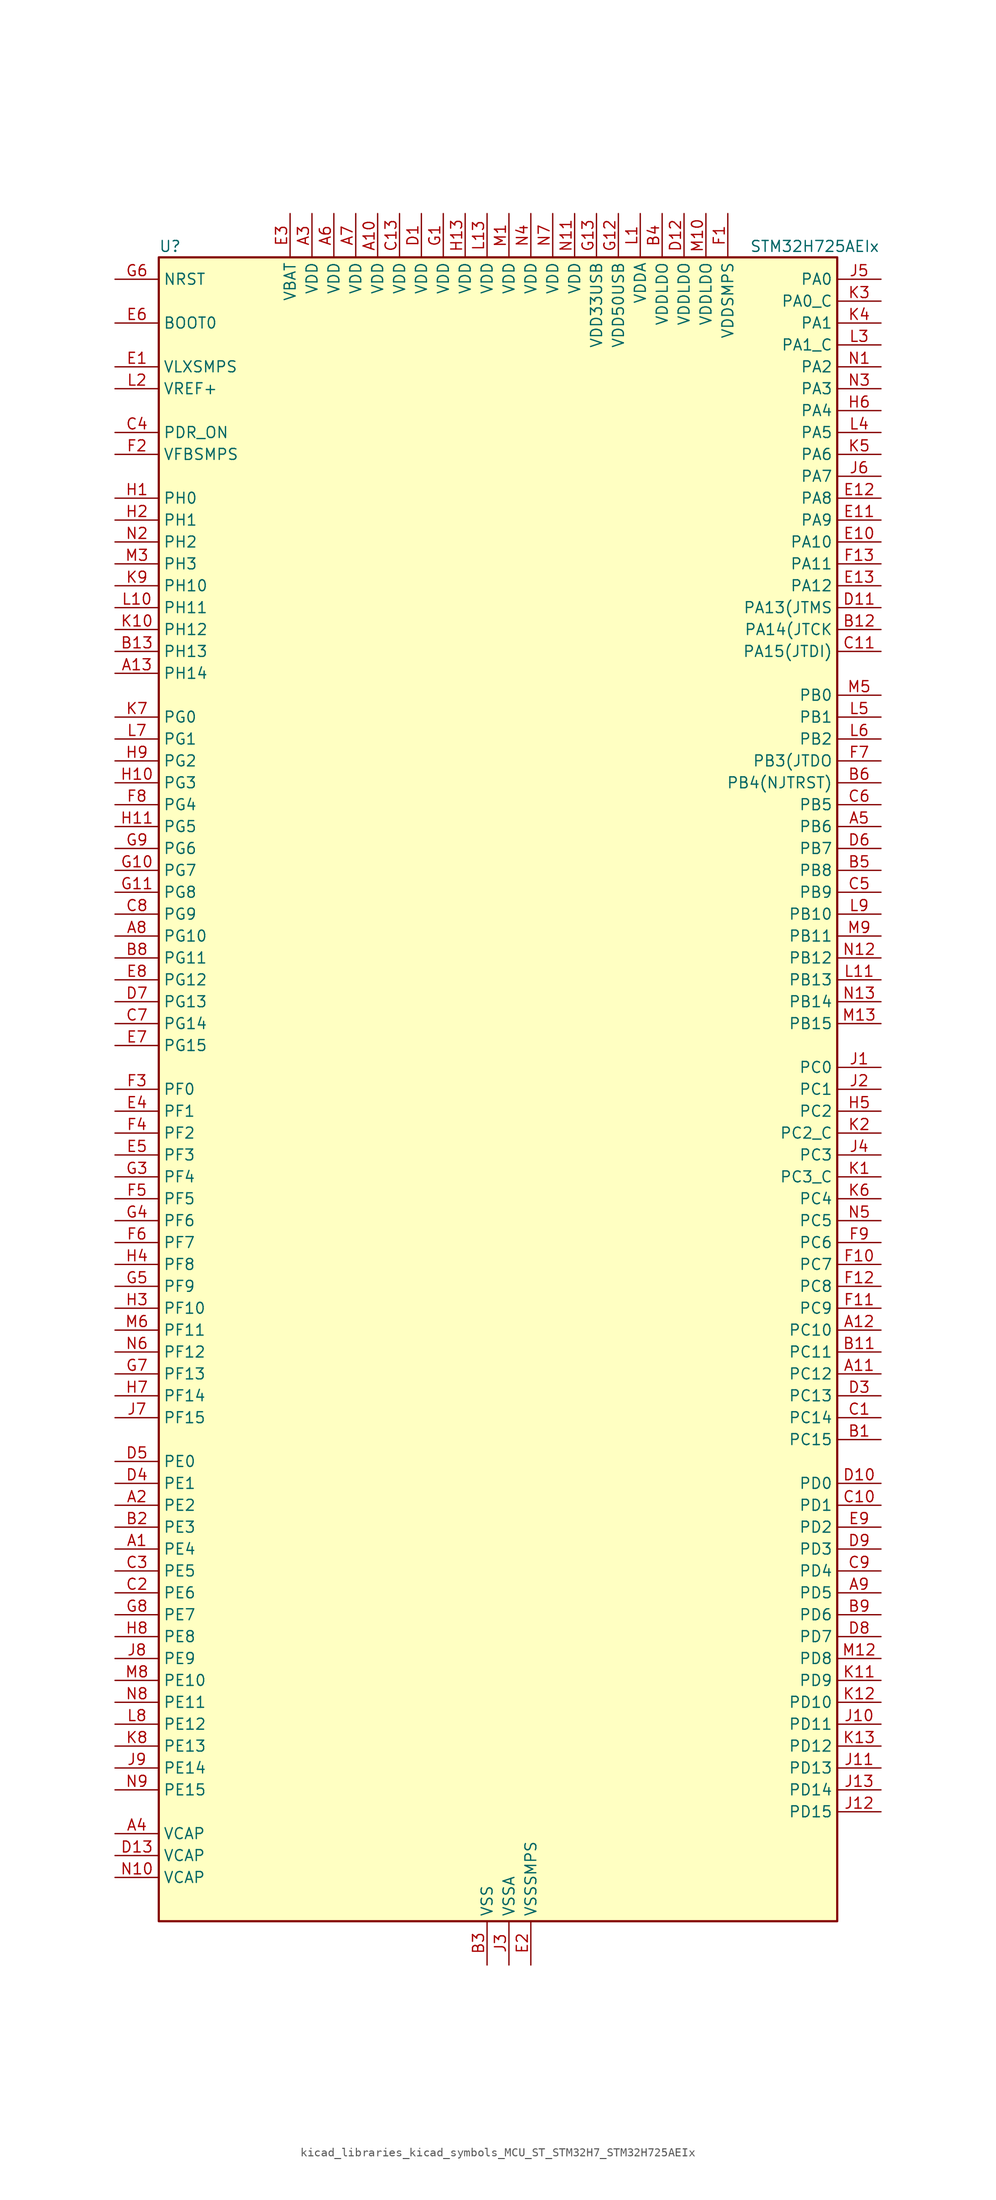
<source format=kicad_sym>
(kicad_symbol_lib
  (version 20220914)
  (generator kicad_symbol_editor)
  (symbol "kicad_libraries_kicad_symbols_MCU_ST_STM32H7_STM32H725AEIx"
    (property "Reference" "U"
      (at -38.1 97.79 0)
      (effects (font (size 1.27 1.27)) (justify left)))
    (property "Value" "STM32H725AEIx"
      (at 30.48 97.79 0)
      (effects (font (size 1.27 1.27)) (justify left)))
    (property "ki_locked" ""
      (at 0 0 0)
      (effects (font (size 1.27 1.27))))
    (symbol "kicad_libraries_kicad_symbols_MCU_ST_STM32H7_STM32H725AEIx_0_1"
      (rectangle (start -38.1 -96.52) (end 40.64 96.52) (stroke (width 0.254) (type default)) (fill (type background))))
    (symbol "kicad_libraries_kicad_symbols_MCU_ST_STM32H7_STM32H725AEIx_1_1"
      (pin bidirectional line (at -43.18 -53.34 0) (length 5.08) (name "PE4" (effects (font (size 1.27 1.27)))) (number "A1" (effects (font (size 1.27 1.27)))) (alternate "DCMI_D4" bidirectional line) (alternate "DEBUG_TRACED1" bidirectional line) (alternate "DFSDM1_DATIN3" bidirectional line) (alternate "FMC_A20" bidirectional line) (alternate "LTDC_B0" bidirectional line) (alternate "PSSI_D4" bidirectional line) (alternate "SAI1_D2" bidirectional line) (alternate "SAI1_FS_A" bidirectional line) (alternate "SAI4_D2" bidirectional line) (alternate "SAI4_FS_A" bidirectional line) (alternate "SPI4_NSS" bidirectional line) (alternate "TIM15_CH1N" bidirectional line))
      (pin power_in line (at -12.7 101.6 270) (length 5.08) (name "VDD" (effects (font (size 1.27 1.27)))) (number "A10" (effects (font (size 1.27 1.27)))))
      (pin bidirectional line (at 45.72 -33.02 180) (length 5.08) (name "PC12" (effects (font (size 1.27 1.27)))) (number "A11" (effects (font (size 1.27 1.27)))) (alternate "DCMI_D9" bidirectional line) (alternate "DEBUG_TRACED3" bidirectional line) (alternate "FMC_D6" bidirectional line) (alternate "FMC_DA6" bidirectional line) (alternate "I2C5_SMBA" bidirectional line) (alternate "I2S3_SDO" bidirectional line) (alternate "I2S6_CK" bidirectional line) (alternate "LTDC_R6" bidirectional line) (alternate "PSSI_D9" bidirectional line) (alternate "SDMMC1_CK" bidirectional line) (alternate "SPI3_MOSI" bidirectional line) (alternate "SPI6_SCK" bidirectional line) (alternate "TIM15_CH1" bidirectional line) (alternate "UART5_TX" bidirectional line) (alternate "USART3_CK" bidirectional line))
      (pin bidirectional line (at 45.72 -27.94 180) (length 5.08) (name "PC10" (effects (font (size 1.27 1.27)))) (number "A12" (effects (font (size 1.27 1.27)))) (alternate "DCMI_D8" bidirectional line) (alternate "DFSDM1_CKIN5" bidirectional line) (alternate "I2C5_SDA" bidirectional line) (alternate "I2S3_CK" bidirectional line) (alternate "LTDC_B1" bidirectional line) (alternate "LTDC_R2" bidirectional line) (alternate "OCTOSPIM_P1_IO1" bidirectional line) (alternate "PSSI_D8" bidirectional line) (alternate "SDMMC1_D2" bidirectional line) (alternate "SPI3_SCK" bidirectional line) (alternate "SWPMI1_RX" bidirectional line) (alternate "UART4_TX" bidirectional line) (alternate "USART3_TX" bidirectional line))
      (pin bidirectional line (at -43.18 48.26 0) (length 5.08) (name "PH14" (effects (font (size 1.27 1.27)))) (number "A13" (effects (font (size 1.27 1.27)))) (alternate "DCMI_D4" bidirectional line) (alternate "FDCAN1_RX" bidirectional line) (alternate "FMC_D22" bidirectional line) (alternate "LTDC_G3" bidirectional line) (alternate "PSSI_D4" bidirectional line) (alternate "TIM8_CH2N" bidirectional line) (alternate "UART4_RX" bidirectional line))
      (pin bidirectional line (at -43.18 -48.26 0) (length 5.08) (name "PE2" (effects (font (size 1.27 1.27)))) (number "A2" (effects (font (size 1.27 1.27)))) (alternate "DEBUG_TRACECLK" bidirectional line) (alternate "ETH_TXD3" bidirectional line) (alternate "FMC_A23" bidirectional line) (alternate "OCTOSPIM_P1_IO2" bidirectional line) (alternate "SAI1_CK1" bidirectional line) (alternate "SAI1_MCLK_A" bidirectional line) (alternate "SAI4_CK1" bidirectional line) (alternate "SAI4_MCLK_A" bidirectional line) (alternate "SPI4_SCK" bidirectional line) (alternate "USART10_RX" bidirectional line))
      (pin power_in line (at -20.32 101.6 270) (length 5.08) (name "VDD" (effects (font (size 1.27 1.27)))) (number "A3" (effects (font (size 1.27 1.27)))))
      (pin power_out line (at -43.18 -86.36 0) (length 5.08) (name "VCAP" (effects (font (size 1.27 1.27)))) (number "A4" (effects (font (size 1.27 1.27)))))
      (pin bidirectional line (at 45.72 30.48 180) (length 5.08) (name "PB6" (effects (font (size 1.27 1.27)))) (number "A5" (effects (font (size 1.27 1.27)))) (alternate "CEC" bidirectional line) (alternate "DCMI_D5" bidirectional line) (alternate "DFSDM1_DATIN5" bidirectional line) (alternate "FDCAN2_TX" bidirectional line) (alternate "FMC_SDNE1" bidirectional line) (alternate "I2C1_SCL" bidirectional line) (alternate "I2C4_SCL" bidirectional line) (alternate "LPUART1_TX" bidirectional line) (alternate "OCTOSPIM_P1_NCS" bidirectional line) (alternate "PSSI_D5" bidirectional line) (alternate "TIM16_CH1N" bidirectional line) (alternate "TIM4_CH1" bidirectional line) (alternate "UART5_TX" bidirectional line) (alternate "USART1_TX" bidirectional line))
      (pin power_in line (at -17.78 101.6 270) (length 5.08) (name "VDD" (effects (font (size 1.27 1.27)))) (number "A6" (effects (font (size 1.27 1.27)))))
      (pin power_in line (at -15.24 101.6 270) (length 5.08) (name "VDD" (effects (font (size 1.27 1.27)))) (number "A7" (effects (font (size 1.27 1.27)))))
      (pin bidirectional line (at -43.18 17.78 0) (length 5.08) (name "PG10" (effects (font (size 1.27 1.27)))) (number "A8" (effects (font (size 1.27 1.27)))) (alternate "DCMI_D2" bidirectional line) (alternate "FDCAN3_RX" bidirectional line) (alternate "FMC_NE3" bidirectional line) (alternate "I2S1_WS" bidirectional line) (alternate "LTDC_B2" bidirectional line) (alternate "LTDC_G3" bidirectional line) (alternate "OCTOSPIM_P2_IO6" bidirectional line) (alternate "PSSI_D2" bidirectional line) (alternate "SAI4_SD_B" bidirectional line) (alternate "SDMMC2_D1" bidirectional line) (alternate "SPI1_NSS" bidirectional line))
      (pin bidirectional line (at 45.72 -58.42 180) (length 5.08) (name "PD5" (effects (font (size 1.27 1.27)))) (number "A9" (effects (font (size 1.27 1.27)))) (alternate "FMC_NWE" bidirectional line) (alternate "OCTOSPIM_P1_IO5" bidirectional line) (alternate "USART2_TX" bidirectional line))
      (pin bidirectional line (at 45.72 -40.64 180) (length 5.08) (name "PC15" (effects (font (size 1.27 1.27)))) (number "B1" (effects (font (size 1.27 1.27)))) (alternate "ADC1_EXTI15" bidirectional line) (alternate "ADC2_EXTI15" bidirectional line) (alternate "ADC3_EXTI15" bidirectional line) (alternate "RCC_OSC32_OUT" bidirectional line))
      (pin passive line (at 0 -101.6 90) (length 5.08) hide (name "VSS" (effects (font (size 1.27 1.27)))) (number "B10" (effects (font (size 1.27 1.27)))))
      (pin bidirectional line (at 45.72 -30.48 180) (length 5.08) (name "PC11" (effects (font (size 1.27 1.27)))) (number "B11" (effects (font (size 1.27 1.27)))) (alternate "ADC1_EXTI11" bidirectional line) (alternate "ADC2_EXTI11" bidirectional line) (alternate "ADC3_EXTI11" bidirectional line) (alternate "DCMI_D4" bidirectional line) (alternate "DFSDM1_DATIN5" bidirectional line) (alternate "I2C5_SCL" bidirectional line) (alternate "I2S3_SDI" bidirectional line) (alternate "LTDC_B4" bidirectional line) (alternate "OCTOSPIM_P1_NCS" bidirectional line) (alternate "PSSI_D4" bidirectional line) (alternate "SDMMC1_D3" bidirectional line) (alternate "SPI3_MISO" bidirectional line) (alternate "UART4_RX" bidirectional line) (alternate "USART3_RX" bidirectional line))
      (pin bidirectional line (at 45.72 53.34 180) (length 5.08) (name "PA14(JTCK" (effects (font (size 1.27 1.27)))) (number "B12" (effects (font (size 1.27 1.27)))) (alternate "DEBUG_JTCK-SWCLK" bidirectional line))
      (pin bidirectional line (at -43.18 50.8 0) (length 5.08) (name "PH13" (effects (font (size 1.27 1.27)))) (number "B13" (effects (font (size 1.27 1.27)))) (alternate "FDCAN1_TX" bidirectional line) (alternate "FMC_D21" bidirectional line) (alternate "LTDC_G2" bidirectional line) (alternate "TIM8_CH1N" bidirectional line) (alternate "UART4_TX" bidirectional line))
      (pin bidirectional line (at -43.18 -50.8 0) (length 5.08) (name "PE3" (effects (font (size 1.27 1.27)))) (number "B2" (effects (font (size 1.27 1.27)))) (alternate "DEBUG_TRACED0" bidirectional line) (alternate "FMC_A19" bidirectional line) (alternate "SAI1_SD_B" bidirectional line) (alternate "SAI4_SD_B" bidirectional line) (alternate "TIM15_BKIN" bidirectional line) (alternate "USART10_TX" bidirectional line))
      (pin power_in line (at 0 -101.6 90) (length 5.08) (name "VSS" (effects (font (size 1.27 1.27)))) (number "B3" (effects (font (size 1.27 1.27)))))
      (pin power_in line (at 20.32 101.6 270) (length 5.08) (name "VDDLDO" (effects (font (size 1.27 1.27)))) (number "B4" (effects (font (size 1.27 1.27)))))
      (pin bidirectional line (at 45.72 25.4 180) (length 5.08) (name "PB8" (effects (font (size 1.27 1.27)))) (number "B5" (effects (font (size 1.27 1.27)))) (alternate "DCMI_D6" bidirectional line) (alternate "DFSDM1_CKIN7" bidirectional line) (alternate "ETH_TXD3" bidirectional line) (alternate "FDCAN1_RX" bidirectional line) (alternate "I2C1_SCL" bidirectional line) (alternate "I2C4_SCL" bidirectional line) (alternate "LTDC_B6" bidirectional line) (alternate "PSSI_D6" bidirectional line) (alternate "SDMMC1_CKIN" bidirectional line) (alternate "SDMMC1_D4" bidirectional line) (alternate "SDMMC2_D4" bidirectional line) (alternate "TIM16_CH1" bidirectional line) (alternate "TIM4_CH3" bidirectional line) (alternate "UART4_RX" bidirectional line))
      (pin bidirectional line (at 45.72 35.56 180) (length 5.08) (name "PB4(NJTRST)" (effects (font (size 1.27 1.27)))) (number "B6" (effects (font (size 1.27 1.27)))) (alternate "DEBUG_JTRST" bidirectional line) (alternate "I2S1_SDI" bidirectional line) (alternate "I2S2_WS" bidirectional line) (alternate "I2S3_SDI" bidirectional line) (alternate "I2S6_SDI" bidirectional line) (alternate "SDMMC2_D3" bidirectional line) (alternate "SPI1_MISO" bidirectional line) (alternate "SPI2_NSS" bidirectional line) (alternate "SPI3_MISO" bidirectional line) (alternate "SPI6_MISO" bidirectional line) (alternate "TIM16_BKIN" bidirectional line) (alternate "TIM3_CH1" bidirectional line) (alternate "UART7_TX" bidirectional line))
      (pin passive line (at 0 -101.6 90) (length 5.08) hide (name "VSS" (effects (font (size 1.27 1.27)))) (number "B7" (effects (font (size 1.27 1.27)))))
      (pin bidirectional line (at -43.18 15.24 0) (length 5.08) (name "PG11" (effects (font (size 1.27 1.27)))) (number "B8" (effects (font (size 1.27 1.27)))) (alternate "ADC1_EXTI11" bidirectional line) (alternate "ADC2_EXTI11" bidirectional line) (alternate "ADC3_EXTI11" bidirectional line) (alternate "DCMI_D3" bidirectional line) (alternate "ETH_TX_EN" bidirectional line) (alternate "I2S1_CK" bidirectional line) (alternate "LPTIM1_IN2" bidirectional line) (alternate "LTDC_B3" bidirectional line) (alternate "OCTOSPIM_P2_IO7" bidirectional line) (alternate "PSSI_D3" bidirectional line) (alternate "SDMMC2_D2" bidirectional line) (alternate "SPDIFRX1_IN0" bidirectional line) (alternate "SPI1_SCK" bidirectional line) (alternate "USART10_RX" bidirectional line))
      (pin bidirectional line (at 45.72 -60.96 180) (length 5.08) (name "PD6" (effects (font (size 1.27 1.27)))) (number "B9" (effects (font (size 1.27 1.27)))) (alternate "DCMI_D10" bidirectional line) (alternate "DFSDM1_CKIN4" bidirectional line) (alternate "DFSDM1_DATIN1" bidirectional line) (alternate "FMC_NWAIT" bidirectional line) (alternate "I2S3_SDO" bidirectional line) (alternate "LTDC_B2" bidirectional line) (alternate "OCTOSPIM_P1_IO6" bidirectional line) (alternate "PSSI_D10" bidirectional line) (alternate "SAI1_D1" bidirectional line) (alternate "SAI1_SD_A" bidirectional line) (alternate "SAI4_D1" bidirectional line) (alternate "SAI4_SD_A" bidirectional line) (alternate "SDMMC2_CK" bidirectional line) (alternate "SPI3_MOSI" bidirectional line) (alternate "USART2_RX" bidirectional line))
      (pin bidirectional line (at 45.72 -38.1 180) (length 5.08) (name "PC14" (effects (font (size 1.27 1.27)))) (number "C1" (effects (font (size 1.27 1.27)))) (alternate "RCC_OSC32_IN" bidirectional line))
      (pin bidirectional line (at 45.72 -48.26 180) (length 5.08) (name "PD1" (effects (font (size 1.27 1.27)))) (number "C10" (effects (font (size 1.27 1.27)))) (alternate "DFSDM1_DATIN6" bidirectional line) (alternate "FDCAN1_TX" bidirectional line) (alternate "FMC_D3" bidirectional line) (alternate "FMC_DA3" bidirectional line) (alternate "UART4_TX" bidirectional line))
      (pin bidirectional line (at 45.72 50.8 180) (length 5.08) (name "PA15(JTDI)" (effects (font (size 1.27 1.27)))) (number "C11" (effects (font (size 1.27 1.27)))) (alternate "ADC1_EXTI15" bidirectional line) (alternate "ADC2_EXTI15" bidirectional line) (alternate "ADC3_EXTI15" bidirectional line) (alternate "CEC" bidirectional line) (alternate "DEBUG_JTDI" bidirectional line) (alternate "I2S1_WS" bidirectional line) (alternate "I2S3_WS" bidirectional line) (alternate "I2S6_WS" bidirectional line) (alternate "LTDC_B6" bidirectional line) (alternate "LTDC_R3" bidirectional line) (alternate "SPI1_NSS" bidirectional line) (alternate "SPI3_NSS" bidirectional line) (alternate "SPI6_NSS" bidirectional line) (alternate "TIM2_CH1" bidirectional line) (alternate "TIM2_ETR" bidirectional line) (alternate "UART4_DE" bidirectional line) (alternate "UART4_RTS" bidirectional line) (alternate "UART7_TX" bidirectional line))
      (pin passive line (at 0 -101.6 90) (length 5.08) hide (name "VSS" (effects (font (size 1.27 1.27)))) (number "C12" (effects (font (size 1.27 1.27)))))
      (pin power_in line (at -10.16 101.6 270) (length 5.08) (name "VDD" (effects (font (size 1.27 1.27)))) (number "C13" (effects (font (size 1.27 1.27)))))
      (pin bidirectional line (at -43.18 -58.42 0) (length 5.08) (name "PE6" (effects (font (size 1.27 1.27)))) (number "C2" (effects (font (size 1.27 1.27)))) (alternate "DCMI_D7" bidirectional line) (alternate "DEBUG_TRACED3" bidirectional line) (alternate "FMC_A22" bidirectional line) (alternate "LTDC_G1" bidirectional line) (alternate "PSSI_D7" bidirectional line) (alternate "SAI1_D1" bidirectional line) (alternate "SAI1_SD_A" bidirectional line) (alternate "SAI4_D1" bidirectional line) (alternate "SAI4_MCLK_B" bidirectional line) (alternate "SAI4_SD_A" bidirectional line) (alternate "SPI4_MOSI" bidirectional line) (alternate "TIM15_CH2" bidirectional line) (alternate "TIM1_BKIN2" bidirectional line) (alternate "TIM1_BKIN2_COMP1" bidirectional line) (alternate "TIM1_BKIN2_COMP2" bidirectional line))
      (pin bidirectional line (at -43.18 -55.88 0) (length 5.08) (name "PE5" (effects (font (size 1.27 1.27)))) (number "C3" (effects (font (size 1.27 1.27)))) (alternate "DCMI_D6" bidirectional line) (alternate "DEBUG_TRACED2" bidirectional line) (alternate "DFSDM1_CKIN3" bidirectional line) (alternate "FMC_A21" bidirectional line) (alternate "LTDC_G0" bidirectional line) (alternate "PSSI_D6" bidirectional line) (alternate "SAI1_CK2" bidirectional line) (alternate "SAI1_SCK_A" bidirectional line) (alternate "SAI4_CK2" bidirectional line) (alternate "SAI4_SCK_A" bidirectional line) (alternate "SPI4_MISO" bidirectional line) (alternate "TIM15_CH1" bidirectional line))
      (pin input line (at -43.18 76.2 0) (length 5.08) (name "PDR_ON" (effects (font (size 1.27 1.27)))) (number "C4" (effects (font (size 1.27 1.27)))))
      (pin bidirectional line (at 45.72 22.86 180) (length 5.08) (name "PB9" (effects (font (size 1.27 1.27)))) (number "C5" (effects (font (size 1.27 1.27)))) (alternate "DAC1_EXTI9" bidirectional line) (alternate "DCMI_D7" bidirectional line) (alternate "DFSDM1_DATIN7" bidirectional line) (alternate "FDCAN1_TX" bidirectional line) (alternate "I2C1_SDA" bidirectional line) (alternate "I2C4_SDA" bidirectional line) (alternate "I2C4_SMBA" bidirectional line) (alternate "I2S2_WS" bidirectional line) (alternate "LTDC_B7" bidirectional line) (alternate "PSSI_D7" bidirectional line) (alternate "SDMMC1_CDIR" bidirectional line) (alternate "SDMMC1_D5" bidirectional line) (alternate "SDMMC2_D5" bidirectional line) (alternate "SPI2_NSS" bidirectional line) (alternate "TIM17_CH1" bidirectional line) (alternate "TIM4_CH4" bidirectional line) (alternate "UART4_TX" bidirectional line))
      (pin bidirectional line (at 45.72 33.02 180) (length 5.08) (name "PB5" (effects (font (size 1.27 1.27)))) (number "C6" (effects (font (size 1.27 1.27)))) (alternate "DCMI_D10" bidirectional line) (alternate "ETH_PPS_OUT" bidirectional line) (alternate "FDCAN2_RX" bidirectional line) (alternate "FMC_SDCKE1" bidirectional line) (alternate "I2C1_SMBA" bidirectional line) (alternate "I2C4_SMBA" bidirectional line) (alternate "I2S1_SDO" bidirectional line) (alternate "I2S3_SDO" bidirectional line) (alternate "I2S6_SDO" bidirectional line) (alternate "LTDC_B5" bidirectional line) (alternate "PSSI_D10" bidirectional line) (alternate "SPI1_MOSI" bidirectional line) (alternate "SPI3_MOSI" bidirectional line) (alternate "SPI6_MOSI" bidirectional line) (alternate "TIM17_BKIN" bidirectional line) (alternate "TIM3_CH2" bidirectional line) (alternate "UART5_RX" bidirectional line) (alternate "USB_OTG_HS_ULPI_D7" bidirectional line))
      (pin bidirectional line (at -43.18 7.62 0) (length 5.08) (name "PG14" (effects (font (size 1.27 1.27)))) (number "C7" (effects (font (size 1.27 1.27)))) (alternate "DEBUG_TRACED1" bidirectional line) (alternate "ETH_TXD1" bidirectional line) (alternate "FMC_A25" bidirectional line) (alternate "I2S6_SDO" bidirectional line) (alternate "LPTIM1_ETR" bidirectional line) (alternate "LTDC_B0" bidirectional line) (alternate "OCTOSPIM_P1_IO7" bidirectional line) (alternate "SDMMC2_D7" bidirectional line) (alternate "SPI6_MOSI" bidirectional line) (alternate "TIM23_CH3" bidirectional line) (alternate "USART10_DE" bidirectional line) (alternate "USART10_RTS" bidirectional line) (alternate "USART6_TX" bidirectional line))
      (pin bidirectional line (at -43.18 20.32 0) (length 5.08) (name "PG9" (effects (font (size 1.27 1.27)))) (number "C8" (effects (font (size 1.27 1.27)))) (alternate "DAC1_EXTI9" bidirectional line) (alternate "DCMI_VSYNC" bidirectional line) (alternate "FDCAN3_TX" bidirectional line) (alternate "FMC_NCE" bidirectional line) (alternate "FMC_NE2" bidirectional line) (alternate "I2S1_SDI" bidirectional line) (alternate "OCTOSPIM_P1_IO6" bidirectional line) (alternate "PSSI_RDY" bidirectional line) (alternate "SAI4_FS_B" bidirectional line) (alternate "SDMMC2_D0" bidirectional line) (alternate "SPDIFRX1_IN3" bidirectional line) (alternate "SPI1_MISO" bidirectional line) (alternate "USART6_RX" bidirectional line))
      (pin bidirectional line (at 45.72 -55.88 180) (length 5.08) (name "PD4" (effects (font (size 1.27 1.27)))) (number "C9" (effects (font (size 1.27 1.27)))) (alternate "FMC_NOE" bidirectional line) (alternate "OCTOSPIM_P1_IO4" bidirectional line) (alternate "USART2_DE" bidirectional line) (alternate "USART2_RTS" bidirectional line))
      (pin power_in line (at -7.62 101.6 270) (length 5.08) (name "VDD" (effects (font (size 1.27 1.27)))) (number "D1" (effects (font (size 1.27 1.27)))))
      (pin bidirectional line (at 45.72 -45.72 180) (length 5.08) (name "PD0" (effects (font (size 1.27 1.27)))) (number "D10" (effects (font (size 1.27 1.27)))) (alternate "DFSDM1_CKIN6" bidirectional line) (alternate "FDCAN1_RX" bidirectional line) (alternate "FMC_D2" bidirectional line) (alternate "FMC_DA2" bidirectional line) (alternate "LTDC_B1" bidirectional line) (alternate "UART4_RX" bidirectional line) (alternate "UART9_CTS" bidirectional line))
      (pin bidirectional line (at 45.72 55.88 180) (length 5.08) (name "PA13(JTMS" (effects (font (size 1.27 1.27)))) (number "D11" (effects (font (size 1.27 1.27)))) (alternate "DEBUG_JTMS-SWDIO" bidirectional line))
      (pin power_in line (at 22.86 101.6 270) (length 5.08) (name "VDDLDO" (effects (font (size 1.27 1.27)))) (number "D12" (effects (font (size 1.27 1.27)))))
      (pin power_out line (at -43.18 -88.9 0) (length 5.08) (name "VCAP" (effects (font (size 1.27 1.27)))) (number "D13" (effects (font (size 1.27 1.27)))))
      (pin passive line (at 0 -101.6 90) (length 5.08) hide (name "VSS" (effects (font (size 1.27 1.27)))) (number "D2" (effects (font (size 1.27 1.27)))))
      (pin bidirectional line (at 45.72 -35.56 180) (length 5.08) (name "PC13" (effects (font (size 1.27 1.27)))) (number "D3" (effects (font (size 1.27 1.27)))) (alternate "PWR_WKUP4" bidirectional line) (alternate "RTC_OUT_ALARM" bidirectional line) (alternate "RTC_OUT_CALIB" bidirectional line) (alternate "RTC_TAMP1" bidirectional line) (alternate "RTC_TS" bidirectional line))
      (pin bidirectional line (at -43.18 -45.72 0) (length 5.08) (name "PE1" (effects (font (size 1.27 1.27)))) (number "D4" (effects (font (size 1.27 1.27)))) (alternate "DCMI_D3" bidirectional line) (alternate "FMC_NBL1" bidirectional line) (alternate "LPTIM1_IN2" bidirectional line) (alternate "LTDC_R6" bidirectional line) (alternate "PSSI_D3" bidirectional line) (alternate "UART8_TX" bidirectional line))
      (pin bidirectional line (at -43.18 -43.18 0) (length 5.08) (name "PE0" (effects (font (size 1.27 1.27)))) (number "D5" (effects (font (size 1.27 1.27)))) (alternate "DCMI_D2" bidirectional line) (alternate "FMC_NBL0" bidirectional line) (alternate "LPTIM1_ETR" bidirectional line) (alternate "LPTIM2_ETR" bidirectional line) (alternate "LTDC_R0" bidirectional line) (alternate "PSSI_D2" bidirectional line) (alternate "SAI4_MCLK_A" bidirectional line) (alternate "TIM4_ETR" bidirectional line) (alternate "UART8_RX" bidirectional line))
      (pin bidirectional line (at 45.72 27.94 180) (length 5.08) (name "PB7" (effects (font (size 1.27 1.27)))) (number "D6" (effects (font (size 1.27 1.27)))) (alternate "DCMI_VSYNC" bidirectional line) (alternate "DFSDM1_CKIN5" bidirectional line) (alternate "FMC_NL" bidirectional line) (alternate "I2C1_SDA" bidirectional line) (alternate "I2C4_SDA" bidirectional line) (alternate "LPUART1_RX" bidirectional line) (alternate "PSSI_RDY" bidirectional line) (alternate "PWR_PVD_IN" bidirectional line) (alternate "TIM17_CH1N" bidirectional line) (alternate "TIM4_CH2" bidirectional line) (alternate "USART1_RX" bidirectional line))
      (pin bidirectional line (at -43.18 10.16 0) (length 5.08) (name "PG13" (effects (font (size 1.27 1.27)))) (number "D7" (effects (font (size 1.27 1.27)))) (alternate "DEBUG_TRACED0" bidirectional line) (alternate "ETH_TXD0" bidirectional line) (alternate "FMC_A24" bidirectional line) (alternate "I2S6_CK" bidirectional line) (alternate "LPTIM1_OUT" bidirectional line) (alternate "LTDC_R0" bidirectional line) (alternate "SDMMC2_D6" bidirectional line) (alternate "SPI6_SCK" bidirectional line) (alternate "TIM23_CH2" bidirectional line) (alternate "USART10_CTS" bidirectional line) (alternate "USART10_NSS" bidirectional line) (alternate "USART6_CTS" bidirectional line) (alternate "USART6_NSS" bidirectional line))
      (pin bidirectional line (at 45.72 -63.5 180) (length 5.08) (name "PD7" (effects (font (size 1.27 1.27)))) (number "D8" (effects (font (size 1.27 1.27)))) (alternate "DFSDM1_CKIN1" bidirectional line) (alternate "DFSDM1_DATIN4" bidirectional line) (alternate "FMC_NE1" bidirectional line) (alternate "I2S1_SDO" bidirectional line) (alternate "OCTOSPIM_P1_IO7" bidirectional line) (alternate "SDMMC2_CMD" bidirectional line) (alternate "SPDIFRX1_IN0" bidirectional line) (alternate "SPI1_MOSI" bidirectional line) (alternate "USART2_CK" bidirectional line))
      (pin bidirectional line (at 45.72 -53.34 180) (length 5.08) (name "PD3" (effects (font (size 1.27 1.27)))) (number "D9" (effects (font (size 1.27 1.27)))) (alternate "DCMI_D5" bidirectional line) (alternate "DFSDM1_CKOUT" bidirectional line) (alternate "FMC_CLK" bidirectional line) (alternate "I2S2_CK" bidirectional line) (alternate "LTDC_G7" bidirectional line) (alternate "PSSI_D5" bidirectional line) (alternate "SPI2_SCK" bidirectional line) (alternate "USART2_CTS" bidirectional line) (alternate "USART2_NSS" bidirectional line))
      (pin power_in line (at -43.18 83.82 0) (length 5.08) (name "VLXSMPS" (effects (font (size 1.27 1.27)))) (number "E1" (effects (font (size 1.27 1.27)))))
      (pin bidirectional line (at 45.72 63.5 180) (length 5.08) (name "PA10" (effects (font (size 1.27 1.27)))) (number "E10" (effects (font (size 1.27 1.27)))) (alternate "DCMI_D1" bidirectional line) (alternate "LPUART1_RX" bidirectional line) (alternate "LTDC_B1" bidirectional line) (alternate "LTDC_B4" bidirectional line) (alternate "MDIOS_MDIO" bidirectional line) (alternate "PSSI_D1" bidirectional line) (alternate "TIM1_CH3" bidirectional line) (alternate "USART1_RX" bidirectional line) (alternate "USB_OTG_HS_ID" bidirectional line))
      (pin bidirectional line (at 45.72 66.04 180) (length 5.08) (name "PA9" (effects (font (size 1.27 1.27)))) (number "E11" (effects (font (size 1.27 1.27)))) (alternate "DAC1_EXTI9" bidirectional line) (alternate "DCMI_D0" bidirectional line) (alternate "ETH_TX_ER" bidirectional line) (alternate "I2C3_SMBA" bidirectional line) (alternate "I2C5_SMBA" bidirectional line) (alternate "I2S2_CK" bidirectional line) (alternate "LPUART1_TX" bidirectional line) (alternate "LTDC_R5" bidirectional line) (alternate "PSSI_D0" bidirectional line) (alternate "SPI2_SCK" bidirectional line) (alternate "TIM1_CH2" bidirectional line) (alternate "USART1_TX" bidirectional line) (alternate "USB_OTG_HS_VBUS" bidirectional line))
      (pin bidirectional line (at 45.72 68.58 180) (length 5.08) (name "PA8" (effects (font (size 1.27 1.27)))) (number "E12" (effects (font (size 1.27 1.27)))) (alternate "I2C3_SCL" bidirectional line) (alternate "I2C5_SCL" bidirectional line) (alternate "LTDC_B3" bidirectional line) (alternate "LTDC_R6" bidirectional line) (alternate "RCC_MCO_1" bidirectional line) (alternate "TIM1_CH1" bidirectional line) (alternate "TIM8_BKIN2" bidirectional line) (alternate "TIM8_BKIN2_COMP1" bidirectional line) (alternate "TIM8_BKIN2_COMP2" bidirectional line) (alternate "UART7_RX" bidirectional line) (alternate "USART1_CK" bidirectional line) (alternate "USB_OTG_HS_SOF" bidirectional line))
      (pin bidirectional line (at 45.72 58.42 180) (length 5.08) (name "PA12" (effects (font (size 1.27 1.27)))) (number "E13" (effects (font (size 1.27 1.27)))) (alternate "FDCAN1_TX" bidirectional line) (alternate "I2S2_CK" bidirectional line) (alternate "LPUART1_DE" bidirectional line) (alternate "LPUART1_RTS" bidirectional line) (alternate "LTDC_R5" bidirectional line) (alternate "SAI4_FS_B" bidirectional line) (alternate "SPI2_SCK" bidirectional line) (alternate "TIM1_BKIN2" bidirectional line) (alternate "TIM1_ETR" bidirectional line) (alternate "UART4_TX" bidirectional line) (alternate "USART1_DE" bidirectional line) (alternate "USART1_RTS" bidirectional line) (alternate "USB_OTG_HS_DP" bidirectional line))
      (pin power_in line (at 5.08 -101.6 90) (length 5.08) (name "VSSSMPS" (effects (font (size 1.27 1.27)))) (number "E2" (effects (font (size 1.27 1.27)))))
      (pin power_in line (at -22.86 101.6 270) (length 5.08) (name "VBAT" (effects (font (size 1.27 1.27)))) (number "E3" (effects (font (size 1.27 1.27)))))
      (pin bidirectional line (at -43.18 -2.54 0) (length 5.08) (name "PF1" (effects (font (size 1.27 1.27)))) (number "E4" (effects (font (size 1.27 1.27)))) (alternate "FMC_A1" bidirectional line) (alternate "I2C2_SCL" bidirectional line) (alternate "I2C5_SCL" bidirectional line) (alternate "OCTOSPIM_P2_IO1" bidirectional line) (alternate "TIM23_CH2" bidirectional line))
      (pin bidirectional line (at -43.18 -7.62 0) (length 5.08) (name "PF3" (effects (font (size 1.27 1.27)))) (number "E5" (effects (font (size 1.27 1.27)))) (alternate "ADC3_INP5" bidirectional line) (alternate "FMC_A3" bidirectional line) (alternate "OCTOSPIM_P2_IO3" bidirectional line) (alternate "TIM23_CH4" bidirectional line))
      (pin input line (at -43.18 88.9 0) (length 5.08) (name "BOOT0" (effects (font (size 1.27 1.27)))) (number "E6" (effects (font (size 1.27 1.27)))))
      (pin bidirectional line (at -43.18 5.08 0) (length 5.08) (name "PG15" (effects (font (size 1.27 1.27)))) (number "E7" (effects (font (size 1.27 1.27)))) (alternate "ADC1_EXTI15" bidirectional line) (alternate "ADC2_EXTI15" bidirectional line) (alternate "ADC3_EXTI15" bidirectional line) (alternate "DCMI_D13" bidirectional line) (alternate "FMC_SDNCAS" bidirectional line) (alternate "OCTOSPIM_P2_DQS" bidirectional line) (alternate "PSSI_D13" bidirectional line) (alternate "USART10_CK" bidirectional line) (alternate "USART6_CTS" bidirectional line) (alternate "USART6_NSS" bidirectional line))
      (pin bidirectional line (at -43.18 12.7 0) (length 5.08) (name "PG12" (effects (font (size 1.27 1.27)))) (number "E8" (effects (font (size 1.27 1.27)))) (alternate "ETH_TXD1" bidirectional line) (alternate "FMC_NE4" bidirectional line) (alternate "I2S6_SDI" bidirectional line) (alternate "LPTIM1_IN1" bidirectional line) (alternate "LTDC_B1" bidirectional line) (alternate "LTDC_B4" bidirectional line) (alternate "OCTOSPIM_P2_NCS" bidirectional line) (alternate "SDMMC2_D3" bidirectional line) (alternate "SPDIFRX1_IN1" bidirectional line) (alternate "SPI6_MISO" bidirectional line) (alternate "TIM23_CH1" bidirectional line) (alternate "USART10_TX" bidirectional line) (alternate "USART6_DE" bidirectional line) (alternate "USART6_RTS" bidirectional line))
      (pin bidirectional line (at 45.72 -50.8 180) (length 5.08) (name "PD2" (effects (font (size 1.27 1.27)))) (number "E9" (effects (font (size 1.27 1.27)))) (alternate "DCMI_D11" bidirectional line) (alternate "DEBUG_TRACED2" bidirectional line) (alternate "FMC_D7" bidirectional line) (alternate "FMC_DA7" bidirectional line) (alternate "LTDC_B2" bidirectional line) (alternate "LTDC_B7" bidirectional line) (alternate "PSSI_D11" bidirectional line) (alternate "SDMMC1_CMD" bidirectional line) (alternate "TIM15_BKIN" bidirectional line) (alternate "TIM3_ETR" bidirectional line) (alternate "UART5_RX" bidirectional line))
      (pin power_in line (at 27.94 101.6 270) (length 5.08) (name "VDDSMPS" (effects (font (size 1.27 1.27)))) (number "F1" (effects (font (size 1.27 1.27)))))
      (pin bidirectional line (at 45.72 -20.32 180) (length 5.08) (name "PC7" (effects (font (size 1.27 1.27)))) (number "F10" (effects (font (size 1.27 1.27)))) (alternate "DCMI_D1" bidirectional line) (alternate "DEBUG_TRGIO" bidirectional line) (alternate "DFSDM1_DATIN3" bidirectional line) (alternate "FMC_NE1" bidirectional line) (alternate "I2S3_MCK" bidirectional line) (alternate "LTDC_G6" bidirectional line) (alternate "PSSI_D1" bidirectional line) (alternate "SDMMC1_D123DIR" bidirectional line) (alternate "SDMMC1_D7" bidirectional line) (alternate "SDMMC2_D7" bidirectional line) (alternate "SWPMI1_TX" bidirectional line) (alternate "TIM3_CH2" bidirectional line) (alternate "TIM8_CH2" bidirectional line) (alternate "USART6_RX" bidirectional line))
      (pin bidirectional line (at 45.72 -25.4 180) (length 5.08) (name "PC9" (effects (font (size 1.27 1.27)))) (number "F11" (effects (font (size 1.27 1.27)))) (alternate "DAC1_EXTI9" bidirectional line) (alternate "DCMI_D3" bidirectional line) (alternate "I2C3_SDA" bidirectional line) (alternate "I2C5_SDA" bidirectional line) (alternate "I2S_CKIN" bidirectional line) (alternate "LTDC_B2" bidirectional line) (alternate "LTDC_G3" bidirectional line) (alternate "OCTOSPIM_P1_IO0" bidirectional line) (alternate "PSSI_D3" bidirectional line) (alternate "RCC_MCO_2" bidirectional line) (alternate "SDMMC1_D1" bidirectional line) (alternate "SWPMI1_SUSPEND" bidirectional line) (alternate "TIM3_CH4" bidirectional line) (alternate "TIM8_CH4" bidirectional line) (alternate "UART5_CTS" bidirectional line))
      (pin bidirectional line (at 45.72 -22.86 180) (length 5.08) (name "PC8" (effects (font (size 1.27 1.27)))) (number "F12" (effects (font (size 1.27 1.27)))) (alternate "DCMI_D2" bidirectional line) (alternate "DEBUG_TRACED1" bidirectional line) (alternate "FMC_INT" bidirectional line) (alternate "FMC_NCE" bidirectional line) (alternate "FMC_NE2" bidirectional line) (alternate "PSSI_D2" bidirectional line) (alternate "SDMMC1_D0" bidirectional line) (alternate "SWPMI1_RX" bidirectional line) (alternate "TIM3_CH3" bidirectional line) (alternate "TIM8_CH3" bidirectional line) (alternate "UART5_DE" bidirectional line) (alternate "UART5_RTS" bidirectional line) (alternate "USART6_CK" bidirectional line))
      (pin bidirectional line (at 45.72 60.96 180) (length 5.08) (name "PA11" (effects (font (size 1.27 1.27)))) (number "F13" (effects (font (size 1.27 1.27)))) (alternate "ADC1_EXTI11" bidirectional line) (alternate "ADC2_EXTI11" bidirectional line) (alternate "ADC3_EXTI11" bidirectional line) (alternate "FDCAN1_RX" bidirectional line) (alternate "I2S2_WS" bidirectional line) (alternate "LPUART1_CTS" bidirectional line) (alternate "LTDC_R4" bidirectional line) (alternate "SPI2_NSS" bidirectional line) (alternate "TIM1_CH4" bidirectional line) (alternate "UART4_RX" bidirectional line) (alternate "USART1_CTS" bidirectional line) (alternate "USART1_NSS" bidirectional line) (alternate "USB_OTG_HS_DM" bidirectional line))
      (pin input line (at -43.18 73.66 0) (length 5.08) (name "VFBSMPS" (effects (font (size 1.27 1.27)))) (number "F2" (effects (font (size 1.27 1.27)))))
      (pin bidirectional line (at -43.18 0 0) (length 5.08) (name "PF0" (effects (font (size 1.27 1.27)))) (number "F3" (effects (font (size 1.27 1.27)))) (alternate "FMC_A0" bidirectional line) (alternate "I2C2_SDA" bidirectional line) (alternate "I2C5_SDA" bidirectional line) (alternate "OCTOSPIM_P2_IO0" bidirectional line) (alternate "TIM23_CH1" bidirectional line))
      (pin bidirectional line (at -43.18 -5.08 0) (length 5.08) (name "PF2" (effects (font (size 1.27 1.27)))) (number "F4" (effects (font (size 1.27 1.27)))) (alternate "FMC_A2" bidirectional line) (alternate "I2C2_SMBA" bidirectional line) (alternate "I2C5_SMBA" bidirectional line) (alternate "OCTOSPIM_P2_IO2" bidirectional line) (alternate "TIM23_CH3" bidirectional line))
      (pin bidirectional line (at -43.18 -12.7 0) (length 5.08) (name "PF5" (effects (font (size 1.27 1.27)))) (number "F5" (effects (font (size 1.27 1.27)))) (alternate "ADC3_INP4" bidirectional line) (alternate "FMC_A5" bidirectional line) (alternate "OCTOSPIM_P2_NCLK" bidirectional line))
      (pin bidirectional line (at -43.18 -17.78 0) (length 5.08) (name "PF7" (effects (font (size 1.27 1.27)))) (number "F6" (effects (font (size 1.27 1.27)))) (alternate "ADC3_INP3" bidirectional line) (alternate "FDCAN3_TX" bidirectional line) (alternate "OCTOSPIM_P1_IO2" bidirectional line) (alternate "SAI1_MCLK_B" bidirectional line) (alternate "SAI4_MCLK_B" bidirectional line) (alternate "SPI5_SCK" bidirectional line) (alternate "TIM17_CH1" bidirectional line) (alternate "TIM23_CH2" bidirectional line) (alternate "UART7_TX" bidirectional line))
      (pin bidirectional line (at 45.72 38.1 180) (length 5.08) (name "PB3(JTDO" (effects (font (size 1.27 1.27)))) (number "F7" (effects (font (size 1.27 1.27)))) (alternate "CRS_SYNC" bidirectional line) (alternate "DEBUG_JTDO-SWO" bidirectional line) (alternate "I2S1_CK" bidirectional line) (alternate "I2S3_CK" bidirectional line) (alternate "I2S6_CK" bidirectional line) (alternate "SDMMC2_D2" bidirectional line) (alternate "SPI1_SCK" bidirectional line) (alternate "SPI3_SCK" bidirectional line) (alternate "SPI6_SCK" bidirectional line) (alternate "TIM24_ETR" bidirectional line) (alternate "TIM2_CH2" bidirectional line) (alternate "UART7_RX" bidirectional line))
      (pin bidirectional line (at -43.18 33.02 0) (length 5.08) (name "PG4" (effects (font (size 1.27 1.27)))) (number "F8" (effects (font (size 1.27 1.27)))) (alternate "FMC_A14" bidirectional line) (alternate "FMC_BA0" bidirectional line) (alternate "TIM1_BKIN2" bidirectional line) (alternate "TIM1_BKIN2_COMP1" bidirectional line) (alternate "TIM1_BKIN2_COMP2" bidirectional line))
      (pin bidirectional line (at 45.72 -17.78 180) (length 5.08) (name "PC6" (effects (font (size 1.27 1.27)))) (number "F9" (effects (font (size 1.27 1.27)))) (alternate "DCMI_D0" bidirectional line) (alternate "DFSDM1_CKIN3" bidirectional line) (alternate "FMC_NWAIT" bidirectional line) (alternate "I2S2_MCK" bidirectional line) (alternate "LTDC_HSYNC" bidirectional line) (alternate "PSSI_D0" bidirectional line) (alternate "SDMMC1_D0DIR" bidirectional line) (alternate "SDMMC1_D6" bidirectional line) (alternate "SDMMC2_D6" bidirectional line) (alternate "SWPMI1_IO" bidirectional line) (alternate "TIM3_CH1" bidirectional line) (alternate "TIM8_CH1" bidirectional line) (alternate "USART6_TX" bidirectional line))
      (pin power_in line (at -5.08 101.6 270) (length 5.08) (name "VDD" (effects (font (size 1.27 1.27)))) (number "G1" (effects (font (size 1.27 1.27)))))
      (pin bidirectional line (at -43.18 25.4 0) (length 5.08) (name "PG7" (effects (font (size 1.27 1.27)))) (number "G10" (effects (font (size 1.27 1.27)))) (alternate "DCMI_D13" bidirectional line) (alternate "FMC_INT" bidirectional line) (alternate "LTDC_CLK" bidirectional line) (alternate "OCTOSPIM_P2_DQS" bidirectional line) (alternate "PSSI_D13" bidirectional line) (alternate "SAI1_MCLK_A" bidirectional line) (alternate "USART6_CK" bidirectional line))
      (pin bidirectional line (at -43.18 22.86 0) (length 5.08) (name "PG8" (effects (font (size 1.27 1.27)))) (number "G11" (effects (font (size 1.27 1.27)))) (alternate "ETH_PPS_OUT" bidirectional line) (alternate "FMC_SDCLK" bidirectional line) (alternate "I2S6_WS" bidirectional line) (alternate "LTDC_G7" bidirectional line) (alternate "SPDIFRX1_IN2" bidirectional line) (alternate "SPI6_NSS" bidirectional line) (alternate "TIM8_ETR" bidirectional line) (alternate "USART6_DE" bidirectional line) (alternate "USART6_RTS" bidirectional line))
      (pin power_in line (at 15.24 101.6 270) (length 5.08) (name "VDD50USB" (effects (font (size 1.27 1.27)))) (number "G12" (effects (font (size 1.27 1.27)))))
      (pin power_in line (at 12.7 101.6 270) (length 5.08) (name "VDD33USB" (effects (font (size 1.27 1.27)))) (number "G13" (effects (font (size 1.27 1.27)))))
      (pin passive line (at 0 -101.6 90) (length 5.08) hide (name "VSS" (effects (font (size 1.27 1.27)))) (number "G2" (effects (font (size 1.27 1.27)))))
      (pin bidirectional line (at -43.18 -10.16 0) (length 5.08) (name "PF4" (effects (font (size 1.27 1.27)))) (number "G3" (effects (font (size 1.27 1.27)))) (alternate "ADC3_INN5" bidirectional line) (alternate "ADC3_INP9" bidirectional line) (alternate "FMC_A4" bidirectional line) (alternate "OCTOSPIM_P2_CLK" bidirectional line))
      (pin bidirectional line (at -43.18 -15.24 0) (length 5.08) (name "PF6" (effects (font (size 1.27 1.27)))) (number "G4" (effects (font (size 1.27 1.27)))) (alternate "ADC3_INN4" bidirectional line) (alternate "ADC3_INP8" bidirectional line) (alternate "FDCAN3_RX" bidirectional line) (alternate "OCTOSPIM_P1_IO3" bidirectional line) (alternate "SAI1_SD_B" bidirectional line) (alternate "SAI4_SD_B" bidirectional line) (alternate "SPI5_NSS" bidirectional line) (alternate "TIM16_CH1" bidirectional line) (alternate "TIM23_CH1" bidirectional line) (alternate "UART7_RX" bidirectional line))
      (pin bidirectional line (at -43.18 -22.86 0) (length 5.08) (name "PF9" (effects (font (size 1.27 1.27)))) (number "G5" (effects (font (size 1.27 1.27)))) (alternate "ADC3_INP2" bidirectional line) (alternate "DAC1_EXTI9" bidirectional line) (alternate "OCTOSPIM_P1_IO1" bidirectional line) (alternate "SAI1_FS_B" bidirectional line) (alternate "SAI4_FS_B" bidirectional line) (alternate "SPI5_MOSI" bidirectional line) (alternate "TIM14_CH1" bidirectional line) (alternate "TIM17_CH1N" bidirectional line) (alternate "TIM23_CH4" bidirectional line) (alternate "UART7_CTS" bidirectional line))
      (pin input line (at -43.18 93.98 0) (length 5.08) (name "NRST" (effects (font (size 1.27 1.27)))) (number "G6" (effects (font (size 1.27 1.27)))))
      (pin bidirectional line (at -43.18 -33.02 0) (length 5.08) (name "PF13" (effects (font (size 1.27 1.27)))) (number "G7" (effects (font (size 1.27 1.27)))) (alternate "ADC2_INP2" bidirectional line) (alternate "DFSDM1_DATIN6" bidirectional line) (alternate "FMC_A7" bidirectional line) (alternate "I2C4_SMBA" bidirectional line) (alternate "TIM24_CH3" bidirectional line))
      (pin bidirectional line (at -43.18 -60.96 0) (length 5.08) (name "PE7" (effects (font (size 1.27 1.27)))) (number "G8" (effects (font (size 1.27 1.27)))) (alternate "COMP2_INM" bidirectional line) (alternate "DFSDM1_DATIN2" bidirectional line) (alternate "FMC_D4" bidirectional line) (alternate "FMC_DA4" bidirectional line) (alternate "OCTOSPIM_P1_IO4" bidirectional line) (alternate "OPAMP2_VOUT" bidirectional line) (alternate "TIM1_ETR" bidirectional line) (alternate "UART7_RX" bidirectional line))
      (pin bidirectional line (at -43.18 27.94 0) (length 5.08) (name "PG6" (effects (font (size 1.27 1.27)))) (number "G9" (effects (font (size 1.27 1.27)))) (alternate "DCMI_D12" bidirectional line) (alternate "FMC_NE3" bidirectional line) (alternate "LTDC_R7" bidirectional line) (alternate "OCTOSPIM_P1_NCS" bidirectional line) (alternate "PSSI_D12" bidirectional line) (alternate "TIM17_BKIN" bidirectional line))
      (pin bidirectional line (at -43.18 68.58 0) (length 5.08) (name "PH0" (effects (font (size 1.27 1.27)))) (number "H1" (effects (font (size 1.27 1.27)))) (alternate "RCC_OSC_IN" bidirectional line))
      (pin bidirectional line (at -43.18 35.56 0) (length 5.08) (name "PG3" (effects (font (size 1.27 1.27)))) (number "H10" (effects (font (size 1.27 1.27)))) (alternate "FMC_A13" bidirectional line) (alternate "TIM23_ETR" bidirectional line) (alternate "TIM8_BKIN2" bidirectional line) (alternate "TIM8_BKIN2_COMP1" bidirectional line) (alternate "TIM8_BKIN2_COMP2" bidirectional line))
      (pin bidirectional line (at -43.18 30.48 0) (length 5.08) (name "PG5" (effects (font (size 1.27 1.27)))) (number "H11" (effects (font (size 1.27 1.27)))) (alternate "FMC_A15" bidirectional line) (alternate "FMC_BA1" bidirectional line) (alternate "TIM1_ETR" bidirectional line))
      (pin passive line (at 0 -101.6 90) (length 5.08) hide (name "VSS" (effects (font (size 1.27 1.27)))) (number "H12" (effects (font (size 1.27 1.27)))))
      (pin power_in line (at -2.54 101.6 270) (length 5.08) (name "VDD" (effects (font (size 1.27 1.27)))) (number "H13" (effects (font (size 1.27 1.27)))))
      (pin bidirectional line (at -43.18 66.04 0) (length 5.08) (name "PH1" (effects (font (size 1.27 1.27)))) (number "H2" (effects (font (size 1.27 1.27)))) (alternate "RCC_OSC_OUT" bidirectional line))
      (pin bidirectional line (at -43.18 -25.4 0) (length 5.08) (name "PF10" (effects (font (size 1.27 1.27)))) (number "H3" (effects (font (size 1.27 1.27)))) (alternate "ADC3_INN2" bidirectional line) (alternate "ADC3_INP6" bidirectional line) (alternate "DCMI_D11" bidirectional line) (alternate "LTDC_DE" bidirectional line) (alternate "OCTOSPIM_P1_CLK" bidirectional line) (alternate "PSSI_D11" bidirectional line) (alternate "PSSI_D15" bidirectional line) (alternate "SAI1_D3" bidirectional line) (alternate "SAI4_D3" bidirectional line) (alternate "TIM16_BKIN" bidirectional line))
      (pin bidirectional line (at -43.18 -20.32 0) (length 5.08) (name "PF8" (effects (font (size 1.27 1.27)))) (number "H4" (effects (font (size 1.27 1.27)))) (alternate "ADC3_INN3" bidirectional line) (alternate "ADC3_INP7" bidirectional line) (alternate "OCTOSPIM_P1_IO0" bidirectional line) (alternate "SAI1_SCK_B" bidirectional line) (alternate "SAI4_SCK_B" bidirectional line) (alternate "SPI5_MISO" bidirectional line) (alternate "TIM13_CH1" bidirectional line) (alternate "TIM16_CH1N" bidirectional line) (alternate "TIM23_CH3" bidirectional line) (alternate "UART7_DE" bidirectional line) (alternate "UART7_RTS" bidirectional line))
      (pin bidirectional line (at 45.72 -2.54 180) (length 5.08) (name "PC2" (effects (font (size 1.27 1.27)))) (number "H5" (effects (font (size 1.27 1.27)))) (alternate "ADC1_INN11" bidirectional line) (alternate "ADC1_INP12" bidirectional line) (alternate "ADC2_INN11" bidirectional line) (alternate "ADC2_INP12" bidirectional line) (alternate "ADC3_INN11" bidirectional line) (alternate "ADC3_INP12" bidirectional line) (alternate "DFSDM1_CKIN1" bidirectional line) (alternate "DFSDM1_CKOUT" bidirectional line) (alternate "ETH_TXD2" bidirectional line) (alternate "FMC_SDNE0" bidirectional line) (alternate "I2S2_SDI" bidirectional line) (alternate "OCTOSPIM_P1_IO2" bidirectional line) (alternate "OCTOSPIM_P1_IO5" bidirectional line) (alternate "PWR_CSTOP" bidirectional line) (alternate "SPI2_MISO" bidirectional line) (alternate "USB_OTG_HS_ULPI_DIR" bidirectional line))
      (pin bidirectional line (at 45.72 78.74 180) (length 5.08) (name "PA4" (effects (font (size 1.27 1.27)))) (number "H6" (effects (font (size 1.27 1.27)))) (alternate "ADC1_INP18" bidirectional line) (alternate "ADC2_INP18" bidirectional line) (alternate "DAC1_OUT1" bidirectional line) (alternate "DCMI_HSYNC" bidirectional line) (alternate "FMC_D8" bidirectional line) (alternate "FMC_DA8" bidirectional line) (alternate "I2S1_WS" bidirectional line) (alternate "I2S3_WS" bidirectional line) (alternate "I2S6_WS" bidirectional line) (alternate "LTDC_VSYNC" bidirectional line) (alternate "PSSI_DE" bidirectional line) (alternate "SPI1_NSS" bidirectional line) (alternate "SPI3_NSS" bidirectional line) (alternate "SPI6_NSS" bidirectional line) (alternate "TIM5_ETR" bidirectional line) (alternate "USART2_CK" bidirectional line))
      (pin bidirectional line (at -43.18 -35.56 0) (length 5.08) (name "PF14" (effects (font (size 1.27 1.27)))) (number "H7" (effects (font (size 1.27 1.27)))) (alternate "ADC2_INN2" bidirectional line) (alternate "ADC2_INP6" bidirectional line) (alternate "DFSDM1_CKIN6" bidirectional line) (alternate "FMC_A8" bidirectional line) (alternate "I2C4_SCL" bidirectional line) (alternate "TIM24_CH4" bidirectional line))
      (pin bidirectional line (at -43.18 -63.5 0) (length 5.08) (name "PE8" (effects (font (size 1.27 1.27)))) (number "H8" (effects (font (size 1.27 1.27)))) (alternate "COMP2_OUT" bidirectional line) (alternate "DFSDM1_CKIN2" bidirectional line) (alternate "FMC_D5" bidirectional line) (alternate "FMC_DA5" bidirectional line) (alternate "OCTOSPIM_P1_IO5" bidirectional line) (alternate "OPAMP2_VINM" bidirectional line) (alternate "TIM1_CH1N" bidirectional line) (alternate "UART7_TX" bidirectional line))
      (pin bidirectional line (at -43.18 38.1 0) (length 5.08) (name "PG2" (effects (font (size 1.27 1.27)))) (number "H9" (effects (font (size 1.27 1.27)))) (alternate "FMC_A12" bidirectional line) (alternate "TIM24_ETR" bidirectional line) (alternate "TIM8_BKIN" bidirectional line) (alternate "TIM8_BKIN_COMP1" bidirectional line) (alternate "TIM8_BKIN_COMP2" bidirectional line))
      (pin bidirectional line (at 45.72 2.54 180) (length 5.08) (name "PC0" (effects (font (size 1.27 1.27)))) (number "J1" (effects (font (size 1.27 1.27)))) (alternate "ADC1_INP10" bidirectional line) (alternate "ADC2_INP10" bidirectional line) (alternate "ADC3_INP10" bidirectional line) (alternate "DFSDM1_CKIN0" bidirectional line) (alternate "DFSDM1_DATIN4" bidirectional line) (alternate "FMC_A25" bidirectional line) (alternate "FMC_D12" bidirectional line) (alternate "FMC_DA12" bidirectional line) (alternate "FMC_SDNWE" bidirectional line) (alternate "LTDC_G2" bidirectional line) (alternate "LTDC_R5" bidirectional line) (alternate "SAI4_FS_B" bidirectional line) (alternate "USB_OTG_HS_ULPI_STP" bidirectional line))
      (pin bidirectional line (at 45.72 -73.66 180) (length 5.08) (name "PD11" (effects (font (size 1.27 1.27)))) (number "J10" (effects (font (size 1.27 1.27)))) (alternate "ADC1_EXTI11" bidirectional line) (alternate "ADC2_EXTI11" bidirectional line) (alternate "ADC3_EXTI11" bidirectional line) (alternate "FMC_A16" bidirectional line) (alternate "FMC_CLE" bidirectional line) (alternate "I2C4_SMBA" bidirectional line) (alternate "LPTIM2_IN2" bidirectional line) (alternate "OCTOSPIM_P1_IO0" bidirectional line) (alternate "SAI4_SD_A" bidirectional line) (alternate "USART3_CTS" bidirectional line) (alternate "USART3_NSS" bidirectional line))
      (pin bidirectional line (at 45.72 -78.74 180) (length 5.08) (name "PD13" (effects (font (size 1.27 1.27)))) (number "J11" (effects (font (size 1.27 1.27)))) (alternate "DCMI_D13" bidirectional line) (alternate "FDCAN3_TX" bidirectional line) (alternate "FMC_A18" bidirectional line) (alternate "I2C4_SDA" bidirectional line) (alternate "LPTIM1_OUT" bidirectional line) (alternate "OCTOSPIM_P1_IO3" bidirectional line) (alternate "PSSI_D13" bidirectional line) (alternate "SAI4_SCK_A" bidirectional line) (alternate "TIM4_CH2" bidirectional line) (alternate "UART9_DE" bidirectional line) (alternate "UART9_RTS" bidirectional line))
      (pin bidirectional line (at 45.72 -83.82 180) (length 5.08) (name "PD15" (effects (font (size 1.27 1.27)))) (number "J12" (effects (font (size 1.27 1.27)))) (alternate "ADC1_EXTI15" bidirectional line) (alternate "ADC2_EXTI15" bidirectional line) (alternate "ADC3_EXTI15" bidirectional line) (alternate "FMC_D1" bidirectional line) (alternate "FMC_DA1" bidirectional line) (alternate "TIM4_CH4" bidirectional line) (alternate "UART8_DE" bidirectional line) (alternate "UART8_RTS" bidirectional line) (alternate "UART9_TX" bidirectional line))
      (pin bidirectional line (at 45.72 -81.28 180) (length 5.08) (name "PD14" (effects (font (size 1.27 1.27)))) (number "J13" (effects (font (size 1.27 1.27)))) (alternate "FMC_D0" bidirectional line) (alternate "FMC_DA0" bidirectional line) (alternate "TIM4_CH3" bidirectional line) (alternate "UART8_CTS" bidirectional line) (alternate "UART9_RX" bidirectional line))
      (pin bidirectional line (at 45.72 0 180) (length 5.08) (name "PC1" (effects (font (size 1.27 1.27)))) (number "J2" (effects (font (size 1.27 1.27)))) (alternate "ADC1_INN10" bidirectional line) (alternate "ADC1_INP11" bidirectional line) (alternate "ADC2_INN10" bidirectional line) (alternate "ADC2_INP11" bidirectional line) (alternate "ADC3_INN10" bidirectional line) (alternate "ADC3_INP11" bidirectional line) (alternate "DEBUG_TRACED0" bidirectional line) (alternate "DFSDM1_CKIN4" bidirectional line) (alternate "DFSDM1_DATIN0" bidirectional line) (alternate "ETH_MDC" bidirectional line) (alternate "I2S2_SDO" bidirectional line) (alternate "LTDC_G5" bidirectional line) (alternate "MDIOS_MDC" bidirectional line) (alternate "OCTOSPIM_P1_IO4" bidirectional line) (alternate "PWR_WKUP6" bidirectional line) (alternate "RTC_TAMP3" bidirectional line) (alternate "SAI1_D1" bidirectional line) (alternate "SAI1_SD_A" bidirectional line) (alternate "SAI4_D1" bidirectional line) (alternate "SAI4_SD_A" bidirectional line) (alternate "SDMMC2_CK" bidirectional line) (alternate "SPI2_MOSI" bidirectional line))
      (pin power_in line (at 2.54 -101.6 90) (length 5.08) (name "VSSA" (effects (font (size 1.27 1.27)))) (number "J3" (effects (font (size 1.27 1.27)))))
      (pin bidirectional line (at 45.72 -7.62 180) (length 5.08) (name "PC3" (effects (font (size 1.27 1.27)))) (number "J4" (effects (font (size 1.27 1.27)))) (alternate "ADC1_INN12" bidirectional line) (alternate "ADC1_INP13" bidirectional line) (alternate "ADC2_INN12" bidirectional line) (alternate "ADC2_INP13" bidirectional line) (alternate "DFSDM1_DATIN1" bidirectional line) (alternate "ETH_TX_CLK" bidirectional line) (alternate "FMC_SDCKE0" bidirectional line) (alternate "I2S2_SDO" bidirectional line) (alternate "OCTOSPIM_P1_IO0" bidirectional line) (alternate "OCTOSPIM_P1_IO6" bidirectional line) (alternate "PWR_CSLEEP" bidirectional line) (alternate "SPI2_MOSI" bidirectional line) (alternate "USB_OTG_HS_ULPI_NXT" bidirectional line))
      (pin bidirectional line (at 45.72 93.98 180) (length 5.08) (name "PA0" (effects (font (size 1.27 1.27)))) (number "J5" (effects (font (size 1.27 1.27)))) (alternate "ADC1_INP16" bidirectional line) (alternate "ETH_CRS" bidirectional line) (alternate "FMC_A19" bidirectional line) (alternate "I2S6_WS" bidirectional line) (alternate "PWR_WKUP1" bidirectional line) (alternate "SAI4_SD_B" bidirectional line) (alternate "SDMMC2_CMD" bidirectional line) (alternate "SPI6_NSS" bidirectional line) (alternate "TIM15_BKIN" bidirectional line) (alternate "TIM2_CH1" bidirectional line) (alternate "TIM2_ETR" bidirectional line) (alternate "TIM5_CH1" bidirectional line) (alternate "TIM8_ETR" bidirectional line) (alternate "UART4_TX" bidirectional line) (alternate "USART2_CTS" bidirectional line) (alternate "USART2_NSS" bidirectional line))
      (pin bidirectional line (at 45.72 71.12 180) (length 5.08) (name "PA7" (effects (font (size 1.27 1.27)))) (number "J6" (effects (font (size 1.27 1.27)))) (alternate "ADC1_INN3" bidirectional line) (alternate "ADC1_INP7" bidirectional line) (alternate "ADC2_INN3" bidirectional line) (alternate "ADC2_INP7" bidirectional line) (alternate "ETH_CRS_DV" bidirectional line) (alternate "ETH_RX_DV" bidirectional line) (alternate "FMC_SDNWE" bidirectional line) (alternate "I2S1_SDO" bidirectional line) (alternate "I2S6_SDO" bidirectional line) (alternate "LTDC_VSYNC" bidirectional line) (alternate "OCTOSPIM_P1_IO2" bidirectional line) (alternate "OPAMP1_VINM" bidirectional line) (alternate "SPI1_MOSI" bidirectional line) (alternate "SPI6_MOSI" bidirectional line) (alternate "TIM14_CH1" bidirectional line) (alternate "TIM1_CH1N" bidirectional line) (alternate "TIM3_CH2" bidirectional line) (alternate "TIM8_CH1N" bidirectional line))
      (pin bidirectional line (at -43.18 -38.1 0) (length 5.08) (name "PF15" (effects (font (size 1.27 1.27)))) (number "J7" (effects (font (size 1.27 1.27)))) (alternate "ADC1_EXTI15" bidirectional line) (alternate "ADC2_EXTI15" bidirectional line) (alternate "ADC3_EXTI15" bidirectional line) (alternate "FMC_A9" bidirectional line) (alternate "I2C4_SDA" bidirectional line))
      (pin bidirectional line (at -43.18 -66.04 0) (length 5.08) (name "PE9" (effects (font (size 1.27 1.27)))) (number "J8" (effects (font (size 1.27 1.27)))) (alternate "COMP2_INP" bidirectional line) (alternate "DAC1_EXTI9" bidirectional line) (alternate "DFSDM1_CKOUT" bidirectional line) (alternate "FMC_D6" bidirectional line) (alternate "FMC_DA6" bidirectional line) (alternate "OCTOSPIM_P1_IO6" bidirectional line) (alternate "OPAMP2_VINP" bidirectional line) (alternate "TIM1_CH1" bidirectional line) (alternate "UART7_DE" bidirectional line) (alternate "UART7_RTS" bidirectional line))
      (pin bidirectional line (at -43.18 -78.74 0) (length 5.08) (name "PE14" (effects (font (size 1.27 1.27)))) (number "J9" (effects (font (size 1.27 1.27)))) (alternate "FMC_D11" bidirectional line) (alternate "FMC_DA11" bidirectional line) (alternate "LTDC_CLK" bidirectional line) (alternate "SAI4_MCLK_B" bidirectional line) (alternate "SPI4_MOSI" bidirectional line) (alternate "TIM1_CH4" bidirectional line))
      (pin bidirectional line (at 45.72 -10.16 180) (length 5.08) (name "PC3_C" (effects (font (size 1.27 1.27)))) (number "K1" (effects (font (size 1.27 1.27)))) (alternate "ADC3_INP1" bidirectional line) (alternate "DFSDM1_DATIN1" bidirectional line) (alternate "ETH_TX_CLK" bidirectional line) (alternate "FMC_SDCKE0" bidirectional line) (alternate "I2S2_SDO" bidirectional line) (alternate "OCTOSPIM_P1_IO0" bidirectional line) (alternate "OCTOSPIM_P1_IO6" bidirectional line) (alternate "PWR_CSLEEP" bidirectional line) (alternate "SPI2_MOSI" bidirectional line) (alternate "USB_OTG_HS_ULPI_NXT" bidirectional line))
      (pin bidirectional line (at -43.18 53.34 0) (length 5.08) (name "PH12" (effects (font (size 1.27 1.27)))) (number "K10" (effects (font (size 1.27 1.27)))) (alternate "DCMI_D3" bidirectional line) (alternate "FMC_D20" bidirectional line) (alternate "I2C4_SDA" bidirectional line) (alternate "LTDC_R6" bidirectional line) (alternate "PSSI_D3" bidirectional line) (alternate "TIM5_CH3" bidirectional line))
      (pin bidirectional line (at 45.72 -68.58 180) (length 5.08) (name "PD9" (effects (font (size 1.27 1.27)))) (number "K11" (effects (font (size 1.27 1.27)))) (alternate "DAC1_EXTI9" bidirectional line) (alternate "DFSDM1_DATIN3" bidirectional line) (alternate "FMC_D14" bidirectional line) (alternate "FMC_DA14" bidirectional line) (alternate "USART3_RX" bidirectional line))
      (pin bidirectional line (at 45.72 -71.12 180) (length 5.08) (name "PD10" (effects (font (size 1.27 1.27)))) (number "K12" (effects (font (size 1.27 1.27)))) (alternate "DFSDM1_CKOUT" bidirectional line) (alternate "FMC_D15" bidirectional line) (alternate "FMC_DA15" bidirectional line) (alternate "LTDC_B3" bidirectional line) (alternate "USART3_CK" bidirectional line))
      (pin bidirectional line (at 45.72 -76.2 180) (length 5.08) (name "PD12" (effects (font (size 1.27 1.27)))) (number "K13" (effects (font (size 1.27 1.27)))) (alternate "DCMI_D12" bidirectional line) (alternate "FDCAN3_RX" bidirectional line) (alternate "FMC_A17" bidirectional line) (alternate "FMC_ALE" bidirectional line) (alternate "I2C4_SCL" bidirectional line) (alternate "LPTIM1_IN1" bidirectional line) (alternate "LPTIM2_IN1" bidirectional line) (alternate "OCTOSPIM_P1_IO1" bidirectional line) (alternate "PSSI_D12" bidirectional line) (alternate "SAI4_FS_A" bidirectional line) (alternate "TIM4_CH1" bidirectional line) (alternate "USART3_DE" bidirectional line) (alternate "USART3_RTS" bidirectional line))
      (pin bidirectional line (at 45.72 -5.08 180) (length 5.08) (name "PC2_C" (effects (font (size 1.27 1.27)))) (number "K2" (effects (font (size 1.27 1.27)))) (alternate "ADC3_INN1" bidirectional line) (alternate "ADC3_INP0" bidirectional line) (alternate "DFSDM1_CKIN1" bidirectional line) (alternate "DFSDM1_CKOUT" bidirectional line) (alternate "ETH_TXD2" bidirectional line) (alternate "FMC_SDNE0" bidirectional line) (alternate "I2S2_SDI" bidirectional line) (alternate "OCTOSPIM_P1_IO2" bidirectional line) (alternate "OCTOSPIM_P1_IO5" bidirectional line) (alternate "PWR_CSTOP" bidirectional line) (alternate "SPI2_MISO" bidirectional line) (alternate "USB_OTG_HS_ULPI_DIR" bidirectional line))
      (pin bidirectional line (at 45.72 91.44 180) (length 5.08) (name "PA0_C" (effects (font (size 1.27 1.27)))) (number "K3" (effects (font (size 1.27 1.27)))) (alternate "ADC1_INN1" bidirectional line) (alternate "ADC1_INP0" bidirectional line) (alternate "ADC2_INN1" bidirectional line) (alternate "ADC2_INP0" bidirectional line) (alternate "ETH_CRS" bidirectional line) (alternate "FMC_A19" bidirectional line) (alternate "I2S6_WS" bidirectional line) (alternate "PWR_WKUP1" bidirectional line) (alternate "SAI4_SD_B" bidirectional line) (alternate "SDMMC2_CMD" bidirectional line) (alternate "SPI6_NSS" bidirectional line) (alternate "TIM15_BKIN" bidirectional line) (alternate "TIM2_CH1" bidirectional line) (alternate "TIM2_ETR" bidirectional line) (alternate "TIM5_CH1" bidirectional line) (alternate "TIM8_ETR" bidirectional line) (alternate "UART4_TX" bidirectional line) (alternate "USART2_CTS" bidirectional line) (alternate "USART2_NSS" bidirectional line))
      (pin bidirectional line (at 45.72 88.9 180) (length 5.08) (name "PA1" (effects (font (size 1.27 1.27)))) (number "K4" (effects (font (size 1.27 1.27)))) (alternate "ADC1_INN16" bidirectional line) (alternate "ADC1_INP17" bidirectional line) (alternate "ETH_REF_CLK" bidirectional line) (alternate "ETH_RX_CLK" bidirectional line) (alternate "LPTIM3_OUT" bidirectional line) (alternate "LTDC_R2" bidirectional line) (alternate "OCTOSPIM_P1_DQS" bidirectional line) (alternate "OCTOSPIM_P1_IO3" bidirectional line) (alternate "SAI4_MCLK_B" bidirectional line) (alternate "TIM15_CH1N" bidirectional line) (alternate "TIM2_CH2" bidirectional line) (alternate "TIM5_CH2" bidirectional line) (alternate "UART4_RX" bidirectional line) (alternate "USART2_DE" bidirectional line) (alternate "USART2_RTS" bidirectional line))
      (pin bidirectional line (at 45.72 73.66 180) (length 5.08) (name "PA6" (effects (font (size 1.27 1.27)))) (number "K5" (effects (font (size 1.27 1.27)))) (alternate "ADC1_INP3" bidirectional line) (alternate "ADC2_INP3" bidirectional line) (alternate "DCMI_PIXCLK" bidirectional line) (alternate "I2S1_SDI" bidirectional line) (alternate "I2S6_SDI" bidirectional line) (alternate "LTDC_G2" bidirectional line) (alternate "MDIOS_MDC" bidirectional line) (alternate "OCTOSPIM_P1_IO3" bidirectional line) (alternate "PSSI_PDCK" bidirectional line) (alternate "SPI1_MISO" bidirectional line) (alternate "SPI6_MISO" bidirectional line) (alternate "TIM13_CH1" bidirectional line) (alternate "TIM1_BKIN" bidirectional line) (alternate "TIM1_BKIN_COMP1" bidirectional line) (alternate "TIM1_BKIN_COMP2" bidirectional line) (alternate "TIM3_CH1" bidirectional line) (alternate "TIM8_BKIN" bidirectional line) (alternate "TIM8_BKIN_COMP1" bidirectional line) (alternate "TIM8_BKIN_COMP2" bidirectional line))
      (pin bidirectional line (at 45.72 -12.7 180) (length 5.08) (name "PC4" (effects (font (size 1.27 1.27)))) (number "K6" (effects (font (size 1.27 1.27)))) (alternate "ADC1_INP4" bidirectional line) (alternate "ADC2_INP4" bidirectional line) (alternate "COMP1_INM" bidirectional line) (alternate "DFSDM1_CKIN2" bidirectional line) (alternate "ETH_RXD0" bidirectional line) (alternate "FMC_A22" bidirectional line) (alternate "FMC_SDNE0" bidirectional line) (alternate "I2S1_MCK" bidirectional line) (alternate "LTDC_R7" bidirectional line) (alternate "OPAMP1_VOUT" bidirectional line) (alternate "SDMMC2_CKIN" bidirectional line) (alternate "SPDIFRX1_IN2" bidirectional line))
      (pin bidirectional line (at -43.18 43.18 0) (length 5.08) (name "PG0" (effects (font (size 1.27 1.27)))) (number "K7" (effects (font (size 1.27 1.27)))) (alternate "FMC_A10" bidirectional line) (alternate "OCTOSPIM_P2_IO4" bidirectional line) (alternate "UART9_RX" bidirectional line))
      (pin bidirectional line (at -43.18 -76.2 0) (length 5.08) (name "PE13" (effects (font (size 1.27 1.27)))) (number "K8" (effects (font (size 1.27 1.27)))) (alternate "COMP2_OUT" bidirectional line) (alternate "DFSDM1_CKIN5" bidirectional line) (alternate "FMC_D10" bidirectional line) (alternate "FMC_DA10" bidirectional line) (alternate "LTDC_DE" bidirectional line) (alternate "SAI4_FS_B" bidirectional line) (alternate "SPI4_MISO" bidirectional line) (alternate "TIM1_CH3" bidirectional line))
      (pin bidirectional line (at -43.18 58.42 0) (length 5.08) (name "PH10" (effects (font (size 1.27 1.27)))) (number "K9" (effects (font (size 1.27 1.27)))) (alternate "DCMI_D1" bidirectional line) (alternate "FMC_D18" bidirectional line) (alternate "I2C4_SMBA" bidirectional line) (alternate "LTDC_R4" bidirectional line) (alternate "PSSI_D1" bidirectional line) (alternate "TIM5_CH1" bidirectional line))
      (pin power_in line (at 17.78 101.6 270) (length 5.08) (name "VDDA" (effects (font (size 1.27 1.27)))) (number "L1" (effects (font (size 1.27 1.27)))))
      (pin bidirectional line (at -43.18 55.88 0) (length 5.08) (name "PH11" (effects (font (size 1.27 1.27)))) (number "L10" (effects (font (size 1.27 1.27)))) (alternate "ADC1_EXTI11" bidirectional line) (alternate "ADC2_EXTI11" bidirectional line) (alternate "ADC3_EXTI11" bidirectional line) (alternate "DCMI_D2" bidirectional line) (alternate "FMC_D19" bidirectional line) (alternate "I2C4_SCL" bidirectional line) (alternate "LTDC_R5" bidirectional line) (alternate "PSSI_D2" bidirectional line) (alternate "TIM5_CH2" bidirectional line))
      (pin bidirectional line (at 45.72 12.7 180) (length 5.08) (name "PB13" (effects (font (size 1.27 1.27)))) (number "L11" (effects (font (size 1.27 1.27)))) (alternate "DCMI_D2" bidirectional line) (alternate "DFSDM1_CKIN1" bidirectional line) (alternate "ETH_TXD1" bidirectional line) (alternate "FDCAN2_TX" bidirectional line) (alternate "I2S2_CK" bidirectional line) (alternate "LPTIM2_OUT" bidirectional line) (alternate "OCTOSPIM_P1_IO2" bidirectional line) (alternate "PSSI_D2" bidirectional line) (alternate "SDMMC1_D0" bidirectional line) (alternate "SPI2_SCK" bidirectional line) (alternate "TIM1_CH1N" bidirectional line) (alternate "UART5_TX" bidirectional line) (alternate "USART3_CTS" bidirectional line) (alternate "USART3_NSS" bidirectional line) (alternate "USB_OTG_HS_ULPI_D6" bidirectional line))
      (pin passive line (at 0 -101.6 90) (length 5.08) hide (name "VSS" (effects (font (size 1.27 1.27)))) (number "L12" (effects (font (size 1.27 1.27)))))
      (pin power_in line (at 0 101.6 270) (length 5.08) (name "VDD" (effects (font (size 1.27 1.27)))) (number "L13" (effects (font (size 1.27 1.27)))))
      (pin input line (at -43.18 81.28 0) (length 5.08) (name "VREF+" (effects (font (size 1.27 1.27)))) (number "L2" (effects (font (size 1.27 1.27)))) (alternate "VREFBUF_OUT" bidirectional line))
      (pin bidirectional line (at 45.72 86.36 180) (length 5.08) (name "PA1_C" (effects (font (size 1.27 1.27)))) (number "L3" (effects (font (size 1.27 1.27)))) (alternate "ADC1_INP1" bidirectional line) (alternate "ADC2_INP1" bidirectional line) (alternate "ETH_REF_CLK" bidirectional line) (alternate "ETH_RX_CLK" bidirectional line) (alternate "LPTIM3_OUT" bidirectional line) (alternate "LTDC_R2" bidirectional line) (alternate "OCTOSPIM_P1_DQS" bidirectional line) (alternate "OCTOSPIM_P1_IO3" bidirectional line) (alternate "SAI4_MCLK_B" bidirectional line) (alternate "TIM15_CH1N" bidirectional line) (alternate "TIM2_CH2" bidirectional line) (alternate "TIM5_CH2" bidirectional line) (alternate "UART4_RX" bidirectional line) (alternate "USART2_DE" bidirectional line) (alternate "USART2_RTS" bidirectional line))
      (pin bidirectional line (at 45.72 76.2 180) (length 5.08) (name "PA5" (effects (font (size 1.27 1.27)))) (number "L4" (effects (font (size 1.27 1.27)))) (alternate "ADC1_INN18" bidirectional line) (alternate "ADC1_INP19" bidirectional line) (alternate "ADC2_INN18" bidirectional line) (alternate "ADC2_INP19" bidirectional line) (alternate "DAC1_OUT2" bidirectional line) (alternate "FMC_D9" bidirectional line) (alternate "FMC_DA9" bidirectional line) (alternate "I2S1_CK" bidirectional line) (alternate "I2S6_CK" bidirectional line) (alternate "LTDC_R4" bidirectional line) (alternate "PSSI_D14" bidirectional line) (alternate "PWR_NDSTOP2" bidirectional line) (alternate "SPI1_SCK" bidirectional line) (alternate "SPI6_SCK" bidirectional line) (alternate "TIM2_CH1" bidirectional line) (alternate "TIM2_ETR" bidirectional line) (alternate "TIM8_CH1N" bidirectional line) (alternate "USB_OTG_HS_ULPI_CK" bidirectional line))
      (pin bidirectional line (at 45.72 43.18 180) (length 5.08) (name "PB1" (effects (font (size 1.27 1.27)))) (number "L5" (effects (font (size 1.27 1.27)))) (alternate "ADC1_INP5" bidirectional line) (alternate "ADC2_INP5" bidirectional line) (alternate "COMP1_INM" bidirectional line) (alternate "DFSDM1_DATIN1" bidirectional line) (alternate "ETH_RXD3" bidirectional line) (alternate "LTDC_G0" bidirectional line) (alternate "LTDC_R6" bidirectional line) (alternate "OCTOSPIM_P1_IO0" bidirectional line) (alternate "TIM1_CH3N" bidirectional line) (alternate "TIM3_CH4" bidirectional line) (alternate "TIM8_CH3N" bidirectional line) (alternate "USB_OTG_HS_ULPI_D2" bidirectional line))
      (pin bidirectional line (at 45.72 40.64 180) (length 5.08) (name "PB2" (effects (font (size 1.27 1.27)))) (number "L6" (effects (font (size 1.27 1.27)))) (alternate "COMP1_INP" bidirectional line) (alternate "DFSDM1_CKIN1" bidirectional line) (alternate "ETH_TX_ER" bidirectional line) (alternate "I2S3_SDO" bidirectional line) (alternate "OCTOSPIM_P1_CLK" bidirectional line) (alternate "OCTOSPIM_P1_DQS" bidirectional line) (alternate "RTC_OUT_ALARM" bidirectional line) (alternate "RTC_OUT_CALIB" bidirectional line) (alternate "SAI1_D1" bidirectional line) (alternate "SAI1_SD_A" bidirectional line) (alternate "SAI4_D1" bidirectional line) (alternate "SAI4_SD_A" bidirectional line) (alternate "SPI3_MOSI" bidirectional line) (alternate "TIM23_ETR" bidirectional line))
      (pin bidirectional line (at -43.18 40.64 0) (length 5.08) (name "PG1" (effects (font (size 1.27 1.27)))) (number "L7" (effects (font (size 1.27 1.27)))) (alternate "FMC_A11" bidirectional line) (alternate "OCTOSPIM_P2_IO5" bidirectional line) (alternate "OPAMP2_VINM" bidirectional line) (alternate "UART9_TX" bidirectional line))
      (pin bidirectional line (at -43.18 -73.66 0) (length 5.08) (name "PE12" (effects (font (size 1.27 1.27)))) (number "L8" (effects (font (size 1.27 1.27)))) (alternate "COMP1_OUT" bidirectional line) (alternate "DFSDM1_DATIN5" bidirectional line) (alternate "FMC_D9" bidirectional line) (alternate "FMC_DA9" bidirectional line) (alternate "LTDC_B4" bidirectional line) (alternate "SAI4_SCK_B" bidirectional line) (alternate "SPI4_SCK" bidirectional line) (alternate "TIM1_CH3N" bidirectional line))
      (pin bidirectional line (at 45.72 20.32 180) (length 5.08) (name "PB10" (effects (font (size 1.27 1.27)))) (number "L9" (effects (font (size 1.27 1.27)))) (alternate "DFSDM1_DATIN7" bidirectional line) (alternate "ETH_RX_ER" bidirectional line) (alternate "I2C2_SCL" bidirectional line) (alternate "I2S2_CK" bidirectional line) (alternate "LPTIM2_IN1" bidirectional line) (alternate "LTDC_G4" bidirectional line) (alternate "OCTOSPIM_P1_NCS" bidirectional line) (alternate "SPI2_SCK" bidirectional line) (alternate "TIM2_CH3" bidirectional line) (alternate "USART3_TX" bidirectional line) (alternate "USB_OTG_HS_ULPI_D3" bidirectional line))
      (pin power_in line (at 2.54 101.6 270) (length 5.08) (name "VDD" (effects (font (size 1.27 1.27)))) (number "M1" (effects (font (size 1.27 1.27)))))
      (pin power_in line (at 25.4 101.6 270) (length 5.08) (name "VDDLDO" (effects (font (size 1.27 1.27)))) (number "M10" (effects (font (size 1.27 1.27)))))
      (pin passive line (at 0 -101.6 90) (length 5.08) hide (name "VSS" (effects (font (size 1.27 1.27)))) (number "M11" (effects (font (size 1.27 1.27)))))
      (pin bidirectional line (at 45.72 -66.04 180) (length 5.08) (name "PD8" (effects (font (size 1.27 1.27)))) (number "M12" (effects (font (size 1.27 1.27)))) (alternate "DFSDM1_CKIN3" bidirectional line) (alternate "FMC_D13" bidirectional line) (alternate "FMC_DA13" bidirectional line) (alternate "SPDIFRX1_IN1" bidirectional line) (alternate "USART3_TX" bidirectional line))
      (pin bidirectional line (at 45.72 7.62 180) (length 5.08) (name "PB15" (effects (font (size 1.27 1.27)))) (number "M13" (effects (font (size 1.27 1.27)))) (alternate "ADC1_EXTI15" bidirectional line) (alternate "ADC2_EXTI15" bidirectional line) (alternate "ADC3_EXTI15" bidirectional line) (alternate "DFSDM1_CKIN2" bidirectional line) (alternate "FMC_D11" bidirectional line) (alternate "FMC_DA11" bidirectional line) (alternate "I2S2_SDO" bidirectional line) (alternate "LTDC_G7" bidirectional line) (alternate "RTC_REFIN" bidirectional line) (alternate "SDMMC2_D1" bidirectional line) (alternate "SPI2_MOSI" bidirectional line) (alternate "TIM12_CH2" bidirectional line) (alternate "TIM1_CH3N" bidirectional line) (alternate "TIM8_CH3N" bidirectional line) (alternate "UART4_CTS" bidirectional line) (alternate "USART1_RX" bidirectional line))
      (pin passive line (at 0 -101.6 90) (length 5.08) hide (name "VSS" (effects (font (size 1.27 1.27)))) (number "M2" (effects (font (size 1.27 1.27)))))
      (pin bidirectional line (at -43.18 60.96 0) (length 5.08) (name "PH3" (effects (font (size 1.27 1.27)))) (number "M3" (effects (font (size 1.27 1.27)))) (alternate "ADC3_INN13" bidirectional line) (alternate "ADC3_INP14" bidirectional line) (alternate "ETH_COL" bidirectional line) (alternate "FMC_SDNE0" bidirectional line) (alternate "LTDC_R1" bidirectional line) (alternate "OCTOSPIM_P1_IO5" bidirectional line) (alternate "SAI4_MCLK_B" bidirectional line))
      (pin passive line (at 0 -101.6 90) (length 5.08) hide (name "VSS" (effects (font (size 1.27 1.27)))) (number "M4" (effects (font (size 1.27 1.27)))))
      (pin bidirectional line (at 45.72 45.72 180) (length 5.08) (name "PB0" (effects (font (size 1.27 1.27)))) (number "M5" (effects (font (size 1.27 1.27)))) (alternate "ADC1_INN5" bidirectional line) (alternate "ADC1_INP9" bidirectional line) (alternate "ADC2_INN5" bidirectional line) (alternate "ADC2_INP9" bidirectional line) (alternate "COMP1_INP" bidirectional line) (alternate "DFSDM1_CKOUT" bidirectional line) (alternate "ETH_RXD2" bidirectional line) (alternate "LTDC_G1" bidirectional line) (alternate "LTDC_R3" bidirectional line) (alternate "OCTOSPIM_P1_IO1" bidirectional line) (alternate "OPAMP1_VINP" bidirectional line) (alternate "TIM1_CH2N" bidirectional line) (alternate "TIM3_CH3" bidirectional line) (alternate "TIM8_CH2N" bidirectional line) (alternate "UART4_CTS" bidirectional line) (alternate "USB_OTG_HS_ULPI_D1" bidirectional line))
      (pin bidirectional line (at -43.18 -27.94 0) (length 5.08) (name "PF11" (effects (font (size 1.27 1.27)))) (number "M6" (effects (font (size 1.27 1.27)))) (alternate "ADC1_EXTI11" bidirectional line) (alternate "ADC1_INP2" bidirectional line) (alternate "ADC2_EXTI11" bidirectional line) (alternate "ADC3_EXTI11" bidirectional line) (alternate "DCMI_D12" bidirectional line) (alternate "FMC_SDNRAS" bidirectional line) (alternate "OCTOSPIM_P1_NCLK" bidirectional line) (alternate "PSSI_D12" bidirectional line) (alternate "SAI4_SD_B" bidirectional line) (alternate "SPI5_MOSI" bidirectional line) (alternate "TIM24_CH1" bidirectional line))
      (pin passive line (at 0 -101.6 90) (length 5.08) hide (name "VSS" (effects (font (size 1.27 1.27)))) (number "M7" (effects (font (size 1.27 1.27)))))
      (pin bidirectional line (at -43.18 -68.58 0) (length 5.08) (name "PE10" (effects (font (size 1.27 1.27)))) (number "M8" (effects (font (size 1.27 1.27)))) (alternate "COMP2_INM" bidirectional line) (alternate "DFSDM1_DATIN4" bidirectional line) (alternate "FMC_D7" bidirectional line) (alternate "FMC_DA7" bidirectional line) (alternate "OCTOSPIM_P1_IO7" bidirectional line) (alternate "TIM1_CH2N" bidirectional line) (alternate "UART7_CTS" bidirectional line))
      (pin bidirectional line (at 45.72 17.78 180) (length 5.08) (name "PB11" (effects (font (size 1.27 1.27)))) (number "M9" (effects (font (size 1.27 1.27)))) (alternate "ADC1_EXTI11" bidirectional line) (alternate "ADC2_EXTI11" bidirectional line) (alternate "ADC3_EXTI11" bidirectional line) (alternate "DFSDM1_CKIN7" bidirectional line) (alternate "ETH_TX_EN" bidirectional line) (alternate "I2C2_SDA" bidirectional line) (alternate "LPTIM2_ETR" bidirectional line) (alternate "LTDC_G5" bidirectional line) (alternate "TIM2_CH4" bidirectional line) (alternate "USART3_RX" bidirectional line) (alternate "USB_OTG_HS_ULPI_D4" bidirectional line))
      (pin bidirectional line (at 45.72 83.82 180) (length 5.08) (name "PA2" (effects (font (size 1.27 1.27)))) (number "N1" (effects (font (size 1.27 1.27)))) (alternate "ADC1_INP14" bidirectional line) (alternate "ADC2_INP14" bidirectional line) (alternate "ETH_MDIO" bidirectional line) (alternate "LPTIM4_OUT" bidirectional line) (alternate "LTDC_R1" bidirectional line) (alternate "MDIOS_MDIO" bidirectional line) (alternate "OCTOSPIM_P1_IO0" bidirectional line) (alternate "PWR_WKUP2" bidirectional line) (alternate "SAI4_SCK_B" bidirectional line) (alternate "TIM15_CH1" bidirectional line) (alternate "TIM2_CH3" bidirectional line) (alternate "TIM5_CH3" bidirectional line) (alternate "USART2_TX" bidirectional line))
      (pin power_out line (at -43.18 -91.44 0) (length 5.08) (name "VCAP" (effects (font (size 1.27 1.27)))) (number "N10" (effects (font (size 1.27 1.27)))))
      (pin power_in line (at 10.16 101.6 270) (length 5.08) (name "VDD" (effects (font (size 1.27 1.27)))) (number "N11" (effects (font (size 1.27 1.27)))))
      (pin bidirectional line (at 45.72 15.24 180) (length 5.08) (name "PB12" (effects (font (size 1.27 1.27)))) (number "N12" (effects (font (size 1.27 1.27)))) (alternate "DFSDM1_DATIN1" bidirectional line) (alternate "ETH_TXD0" bidirectional line) (alternate "FDCAN2_RX" bidirectional line) (alternate "I2C2_SMBA" bidirectional line) (alternate "I2S2_WS" bidirectional line) (alternate "OCTOSPIM_P1_IO0" bidirectional line) (alternate "OCTOSPIM_P1_NCLK" bidirectional line) (alternate "SPI2_NSS" bidirectional line) (alternate "TIM1_BKIN" bidirectional line) (alternate "TIM1_BKIN_COMP1" bidirectional line) (alternate "TIM1_BKIN_COMP2" bidirectional line) (alternate "UART5_RX" bidirectional line) (alternate "USART3_CK" bidirectional line) (alternate "USB_OTG_HS_ULPI_D5" bidirectional line))
      (pin bidirectional line (at 45.72 10.16 180) (length 5.08) (name "PB14" (effects (font (size 1.27 1.27)))) (number "N13" (effects (font (size 1.27 1.27)))) (alternate "DFSDM1_DATIN2" bidirectional line) (alternate "FMC_D10" bidirectional line) (alternate "FMC_DA10" bidirectional line) (alternate "I2S2_SDI" bidirectional line) (alternate "LTDC_CLK" bidirectional line) (alternate "SDMMC2_D0" bidirectional line) (alternate "SPI2_MISO" bidirectional line) (alternate "TIM12_CH1" bidirectional line) (alternate "TIM1_CH2N" bidirectional line) (alternate "TIM8_CH2N" bidirectional line) (alternate "UART4_DE" bidirectional line) (alternate "UART4_RTS" bidirectional line) (alternate "USART1_TX" bidirectional line) (alternate "USART3_DE" bidirectional line) (alternate "USART3_RTS" bidirectional line))
      (pin bidirectional line (at -43.18 63.5 0) (length 5.08) (name "PH2" (effects (font (size 1.27 1.27)))) (number "N2" (effects (font (size 1.27 1.27)))) (alternate "ADC3_INP13" bidirectional line) (alternate "ETH_CRS" bidirectional line) (alternate "FMC_SDCKE0" bidirectional line) (alternate "LPTIM1_IN2" bidirectional line) (alternate "LTDC_R0" bidirectional line) (alternate "OCTOSPIM_P1_IO4" bidirectional line) (alternate "SAI4_SCK_B" bidirectional line))
      (pin bidirectional line (at 45.72 81.28 180) (length 5.08) (name "PA3" (effects (font (size 1.27 1.27)))) (number "N3" (effects (font (size 1.27 1.27)))) (alternate "ADC1_INP15" bidirectional line) (alternate "ADC2_INP15" bidirectional line) (alternate "ETH_COL" bidirectional line) (alternate "I2S6_MCK" bidirectional line) (alternate "LPTIM5_OUT" bidirectional line) (alternate "LTDC_B2" bidirectional line) (alternate "LTDC_B5" bidirectional line) (alternate "OCTOSPIM_P1_CLK" bidirectional line) (alternate "OCTOSPIM_P1_IO2" bidirectional line) (alternate "TIM15_CH2" bidirectional line) (alternate "TIM2_CH4" bidirectional line) (alternate "TIM5_CH4" bidirectional line) (alternate "USART2_RX" bidirectional line) (alternate "USB_OTG_HS_ULPI_D0" bidirectional line))
      (pin power_in line (at 5.08 101.6 270) (length 5.08) (name "VDD" (effects (font (size 1.27 1.27)))) (number "N4" (effects (font (size 1.27 1.27)))))
      (pin bidirectional line (at 45.72 -15.24 180) (length 5.08) (name "PC5" (effects (font (size 1.27 1.27)))) (number "N5" (effects (font (size 1.27 1.27)))) (alternate "ADC1_INN4" bidirectional line) (alternate "ADC1_INP8" bidirectional line) (alternate "ADC2_INN4" bidirectional line) (alternate "ADC2_INP8" bidirectional line) (alternate "COMP1_OUT" bidirectional line) (alternate "DFSDM1_DATIN2" bidirectional line) (alternate "ETH_RXD1" bidirectional line) (alternate "FMC_SDCKE0" bidirectional line) (alternate "LTDC_DE" bidirectional line) (alternate "OCTOSPIM_P1_DQS" bidirectional line) (alternate "OPAMP1_VINM" bidirectional line) (alternate "PSSI_D15" bidirectional line) (alternate "SAI1_D3" bidirectional line) (alternate "SAI4_D3" bidirectional line) (alternate "SPDIFRX1_IN3" bidirectional line))
      (pin bidirectional line (at -43.18 -30.48 0) (length 5.08) (name "PF12" (effects (font (size 1.27 1.27)))) (number "N6" (effects (font (size 1.27 1.27)))) (alternate "ADC1_INN2" bidirectional line) (alternate "ADC1_INP6" bidirectional line) (alternate "FMC_A6" bidirectional line) (alternate "OCTOSPIM_P2_DQS" bidirectional line) (alternate "TIM24_CH2" bidirectional line))
      (pin power_in line (at 7.62 101.6 270) (length 5.08) (name "VDD" (effects (font (size 1.27 1.27)))) (number "N7" (effects (font (size 1.27 1.27)))))
      (pin bidirectional line (at -43.18 -71.12 0) (length 5.08) (name "PE11" (effects (font (size 1.27 1.27)))) (number "N8" (effects (font (size 1.27 1.27)))) (alternate "ADC1_EXTI11" bidirectional line) (alternate "ADC2_EXTI11" bidirectional line) (alternate "ADC3_EXTI11" bidirectional line) (alternate "COMP2_INP" bidirectional line) (alternate "DFSDM1_CKIN4" bidirectional line) (alternate "FMC_D8" bidirectional line) (alternate "FMC_DA8" bidirectional line) (alternate "LTDC_G3" bidirectional line) (alternate "OCTOSPIM_P1_NCS" bidirectional line) (alternate "SAI4_SD_B" bidirectional line) (alternate "SPI4_NSS" bidirectional line) (alternate "TIM1_CH2" bidirectional line))
      (pin bidirectional line (at -43.18 -81.28 0) (length 5.08) (name "PE15" (effects (font (size 1.27 1.27)))) (number "N9" (effects (font (size 1.27 1.27)))) (alternate "ADC1_EXTI15" bidirectional line) (alternate "ADC2_EXTI15" bidirectional line) (alternate "ADC3_EXTI15" bidirectional line) (alternate "FMC_D12" bidirectional line) (alternate "FMC_DA12" bidirectional line) (alternate "LTDC_R7" bidirectional line) (alternate "TIM1_BKIN" bidirectional line) (alternate "TIM1_BKIN_COMP1" bidirectional line) (alternate "TIM1_BKIN_COMP2" bidirectional line) (alternate "USART10_CK" bidirectional line)))))
</source>
